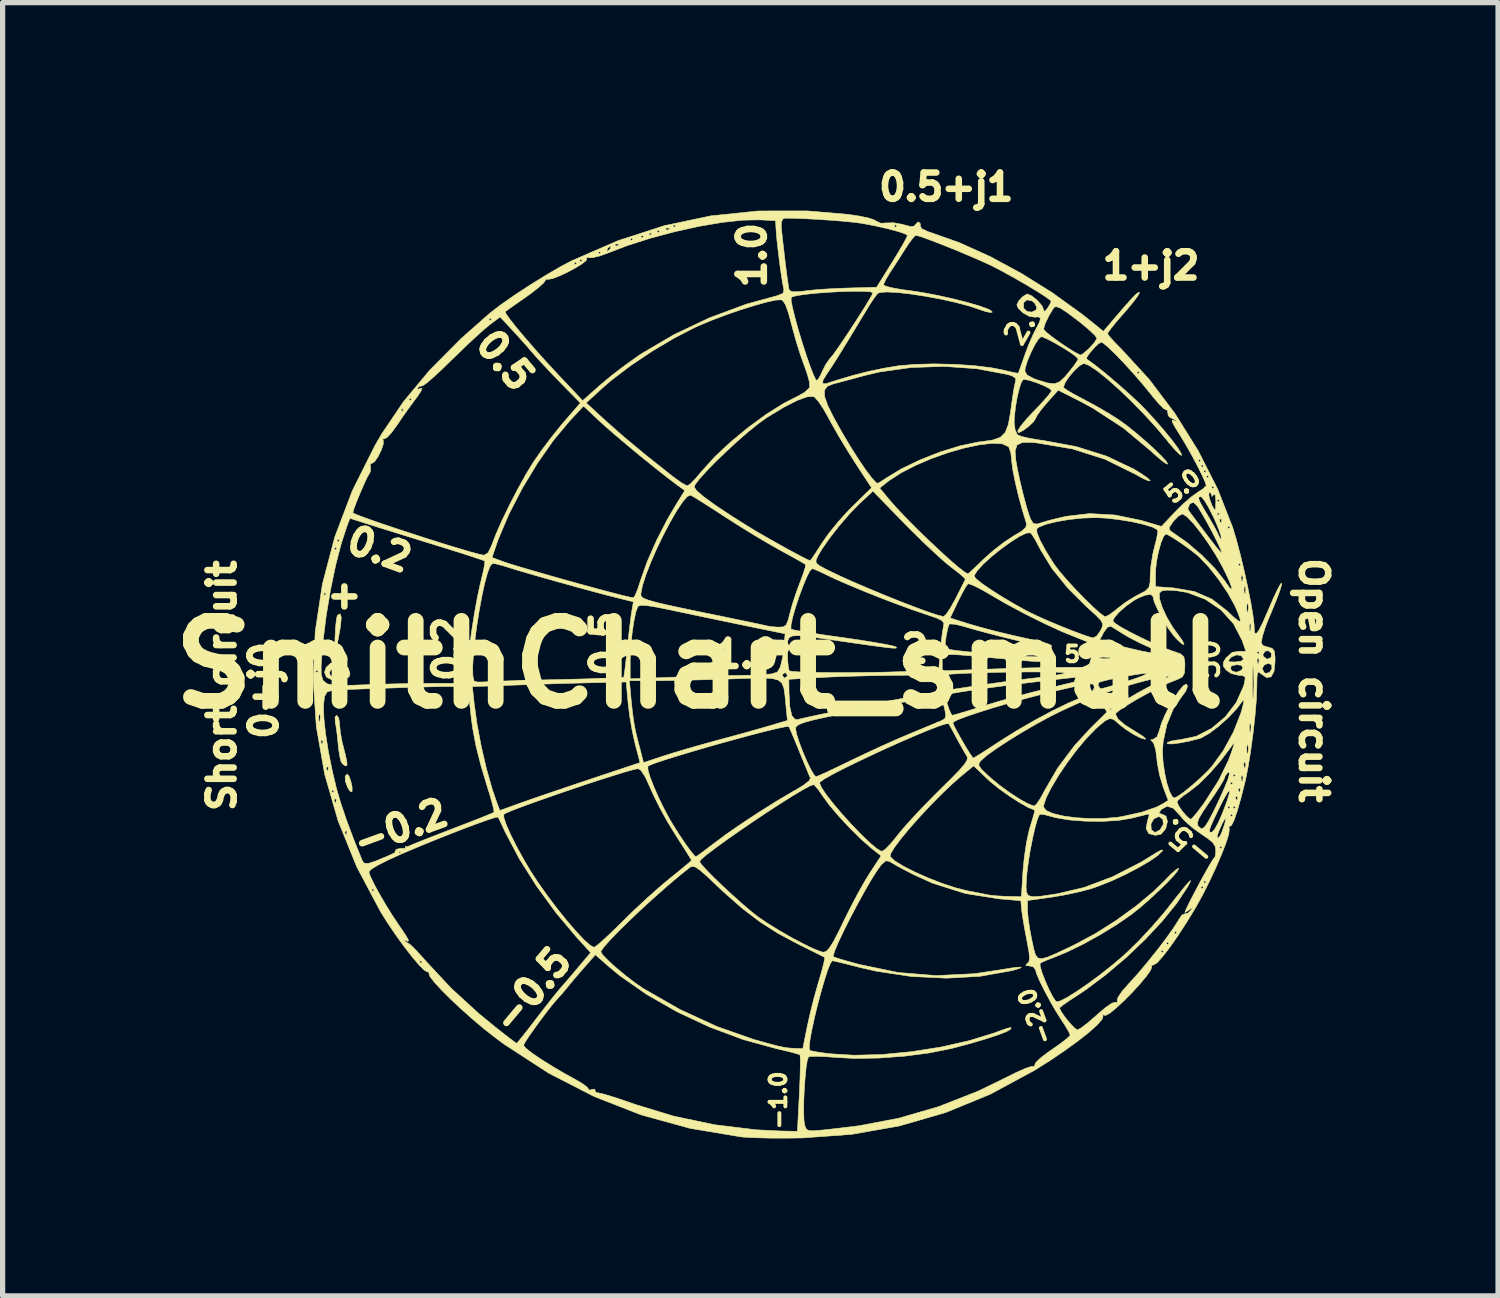
<source format=kicad_pcb>
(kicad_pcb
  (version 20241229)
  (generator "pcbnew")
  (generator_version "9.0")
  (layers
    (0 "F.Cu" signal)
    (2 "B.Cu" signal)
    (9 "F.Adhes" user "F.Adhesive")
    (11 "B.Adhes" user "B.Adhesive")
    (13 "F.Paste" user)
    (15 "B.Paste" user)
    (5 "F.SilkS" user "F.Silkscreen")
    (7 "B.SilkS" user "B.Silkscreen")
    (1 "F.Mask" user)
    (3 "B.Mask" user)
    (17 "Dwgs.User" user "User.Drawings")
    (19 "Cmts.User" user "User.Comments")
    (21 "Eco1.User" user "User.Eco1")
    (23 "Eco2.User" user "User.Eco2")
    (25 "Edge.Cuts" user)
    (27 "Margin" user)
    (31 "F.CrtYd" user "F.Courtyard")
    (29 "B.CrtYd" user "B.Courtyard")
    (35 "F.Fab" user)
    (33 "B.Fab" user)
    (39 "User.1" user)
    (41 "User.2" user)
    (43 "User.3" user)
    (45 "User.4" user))
  (footprint "SmithChart_small"
    (layer "F.Cu")
    (at 10.276 9.612)
    (property "Reference" "SmithChart_small" (at 0 0 0) (layer "F.SilkS") (effects (font (size 1.524 1.524) (thickness 0.3))))
    (attr through_hole)
    (fp_poly (pts (xy -6.825 -0.897) (xy -6.839 -0.733) (xy -6.876 -0.524) (xy -6.956 -0.127) (xy -6.944 -0.517) (xy -6.934 -0.708) (xy -6.918 -0.858) (xy -6.899 -0.94) (xy -6.895 -0.945) (xy -6.843 -0.967) (xy -6.825 -0.897)) (stroke (width 0.01) (type solid)) (fill yes) (layer "F.SilkS"))
    (fp_poly (pts (xy -6.676 2.126) (xy -6.641 2.226) (xy -6.618 2.337) (xy -6.619 2.416) (xy -6.625 2.425) (xy -6.662 2.405) (xy -6.701 2.344) (xy -6.747 2.222) (xy -6.751 2.124) (xy -6.712 2.083) (xy -6.712 2.083) (xy -6.676 2.126)) (stroke (width 0.01) (type solid)) (fill yes) (layer "F.SilkS"))
    (fp_poly (pts (xy -6.875 1.01) (xy -6.857 1.118) (xy -6.857 1.13) (xy -6.842 1.292) (xy -6.809 1.474) (xy -6.802 1.499) (xy -6.749 1.706) (xy -6.721 1.834) (xy -6.714 1.901) (xy -6.726 1.927) (xy -6.745 1.93) (xy -6.804 1.889) (xy -6.831 1.841) (xy -6.855 1.74) (xy -6.878 1.583) (xy -6.886 1.499) (xy -6.905 1.317) (xy -6.928 1.155) (xy -6.938 1.105) (xy -6.944 0.999) (xy -6.913 0.965) (xy -6.875 1.01)) (stroke (width 0.01) (type solid)) (fill yes) (layer "F.SilkS"))
    (fp_poly (pts (xy -6.785 -0.013) (xy -6.693 0.063) (xy -6.659 0.168) (xy -6.671 0.222) (xy -6.741 0.281) (xy -6.864 0.304) (xy -6.998 0.292) (xy -7.1 0.242) (xy -7.109 0.232) (xy -7.144 0.144) (xy -7.144 0.143) (xy -7.051 0.143) (xy -7.034 0.206) (xy -6.959 0.247) (xy -6.858 0.232) (xy -6.78 0.174) (xy -6.766 0.14) (xy -6.781 0.071) (xy -6.874 0.051) (xy -6.877 0.051) (xy -7 0.077) (xy -7.051 0.143) (xy -7.144 0.143) (xy -7.112 0.051) (xy -7.024 -0.03) (xy -6.905 -0.047) (xy -6.785 -0.013)) (stroke (width 0.01) (type solid)) (fill yes) (layer "F.SilkS"))
    (fp_poly (pts (xy 2.831 -8.578) (xy 3.05 -8.545) (xy 3.226 -8.507) (xy 3.336 -8.469) (xy 3.356 -8.454) (xy 3.454 -8.409) (xy 3.556 -8.415) (xy 3.7 -8.418) (xy 3.868 -8.387) (xy 3.892 -8.38) (xy 4.027 -8.345) (xy 4.093 -8.356) (xy 4.104 -8.375) (xy 4.158 -8.43) (xy 4.175 -8.433) (xy 4.208 -8.397) (xy 4.202 -8.366) (xy 4.23 -8.307) (xy 4.358 -8.247) (xy 4.409 -8.231) (xy 4.955 -8.038) (xy 5.538 -7.774) (xy 6.134 -7.452) (xy 6.721 -7.085) (xy 7.277 -6.684) (xy 7.391 -6.594) (xy 7.694 -6.35) (xy 7.899 -6.591) (xy 8.094 -6.818) (xy 8.233 -6.974) (xy 8.322 -7.064) (xy 8.369 -7.096) (xy 8.381 -7.085) (xy 8.349 -7.025) (xy 8.265 -6.912) (xy 8.142 -6.763) (xy 8.077 -6.689) (xy 7.942 -6.533) (xy 7.838 -6.405) (xy 7.78 -6.324) (xy 7.772 -6.308) (xy 7.806 -6.256) (xy 7.895 -6.156) (xy 8.021 -6.028) (xy 8.031 -6.018) (xy 8.564 -5.438) (xy 9.058 -4.783) (xy 9.498 -4.078) (xy 9.87 -3.346) (xy 10.156 -2.616) (xy 10.226 -2.383) (xy 10.301 -2.1) (xy 10.375 -1.792) (xy 10.443 -1.48) (xy 10.501 -1.189) (xy 10.543 -0.94) (xy 10.565 -0.759) (xy 10.566 -0.715) (xy 10.574 -0.612) (xy 10.6 -0.586) (xy 10.648 -0.642) (xy 10.722 -0.783) (xy 10.824 -1.015) (xy 10.846 -1.067) (xy 10.932 -1.266) (xy 11.009 -1.428) (xy 11.064 -1.53) (xy 11.083 -1.555) (xy 11.09 -1.528) (xy 11.058 -1.419) (xy 10.992 -1.241) (xy 10.895 -1.003) (xy 10.842 -0.879) (xy 10.776 -0.709) (xy 10.725 -0.546) (xy 10.72 -0.526) (xy 10.702 -0.414) (xy 10.736 -0.362) (xy 10.823 -0.337) (xy 10.908 -0.311) (xy 10.95 -0.259) (xy 10.963 -0.149) (xy 10.964 -0.066) (xy 10.945 0.125) (xy 10.889 0.231) (xy 10.802 0.246) (xy 10.697 0.174) (xy 10.654 0.14) (xy 10.63 0.158) (xy 10.619 0.245) (xy 10.617 0.416) (xy 10.617 0.417) (xy 10.608 0.662) (xy 10.582 0.972) (xy 10.544 1.316) (xy 10.497 1.661) (xy 10.446 1.973) (xy 10.398 2.21) (xy 10.316 2.534) (xy 10.243 2.79) (xy 10.181 2.969) (xy 10.133 3.063) (xy 10.11 3.074) (xy 10.086 3.091) (xy 10.092 3.141) (xy 10.082 3.23) (xy 10.032 3.389) (xy 9.95 3.601) (xy 9.845 3.847) (xy 9.724 4.107) (xy 9.596 4.364) (xy 9.468 4.598) (xy 9.443 4.641) (xy 9.275 4.916) (xy 9.109 5.17) (xy 8.955 5.39) (xy 8.821 5.563) (xy 8.719 5.677) (xy 8.656 5.717) (xy 8.651 5.717) (xy 8.61 5.731) (xy 8.615 5.758) (xy 8.593 5.822) (xy 8.513 5.935) (xy 8.392 6.08) (xy 8.246 6.24) (xy 8.091 6.397) (xy 7.944 6.534) (xy 7.821 6.635) (xy 7.74 6.681) (xy 7.722 6.68) (xy 7.679 6.667) (xy 7.688 6.692) (xy 7.67 6.755) (xy 7.576 6.862) (xy 7.418 7.004) (xy 7.207 7.171) (xy 6.954 7.354) (xy 6.67 7.546) (xy 6.372 7.733) (xy 5.541 8.182) (xy 4.689 8.532) (xy 3.809 8.787) (xy 2.896 8.948) (xy 1.956 9.016) (xy 1.645 9.02) (xy 1.338 9.019) (xy 1.064 9.012) (xy 0.851 9.001) (xy 0.787 8.995) (xy -0.18 8.833) (xy -1.111 8.577) (xy -2.009 8.226) (xy -2.876 7.78) (xy -3.688 7.252) (xy -3.353 7.252) (xy -3.311 7.305) (xy -3.196 7.396) (xy -3.025 7.513) (xy -2.814 7.645) (xy -2.581 7.783) (xy -2.404 7.88) (xy -2.252 7.967) (xy -2.149 8.041) (xy -2.114 8.085) (xy -2.114 8.087) (xy -2.098 8.105) (xy -2.052 8.093) (xy -1.993 8.086) (xy -1.993 8.107) (xy -1.975 8.146) (xy -1.913 8.161) (xy -1.824 8.181) (xy -1.662 8.229) (xy -1.452 8.298) (xy -1.226 8.377) (xy -0.494 8.6) (xy 0.286 8.764) (xy 1.073 8.86) (xy 1.53 8.883) (xy 1.865 8.89) (xy 1.884 8.517) (xy 1.984 8.517) (xy 1.99 8.68) (xy 2.001 8.758) (xy 2.024 8.832) (xy 2.064 8.87) (xy 2.147 8.88) (xy 2.298 8.869) (xy 2.351 8.864) (xy 2.572 8.84) (xy 2.832 8.809) (xy 3.048 8.782) (xy 3.795 8.64) (xy 4.559 8.418) (xy 5.31 8.123) (xy 5.832 7.869) (xy 6.032 7.769) (xy 6.202 7.694) (xy 6.32 7.654) (xy 6.361 7.652) (xy 6.393 7.655) (xy 6.383 7.632) (xy 6.406 7.579) (xy 6.502 7.487) (xy 6.656 7.371) (xy 6.705 7.338) (xy 6.867 7.224) (xy 6.991 7.129) (xy 7.056 7.068) (xy 7.061 7.057) (xy 7.035 6.995) (xy 6.967 6.879) (xy 6.904 6.783) (xy 6.791 6.605) (xy 6.674 6.401) (xy 6.564 6.196) (xy 6.474 6.013) (xy 6.416 5.875) (xy 6.401 5.813) (xy 6.358 5.755) (xy 6.287 5.74) (xy 6.214 5.73) (xy 6.235 5.699) (xy 6.243 5.694) (xy 6.276 5.658) (xy 6.286 5.59) (xy 6.275 5.47) (xy 6.24 5.276) (xy 6.23 5.225) (xy 6.189 5.008) (xy 6.156 4.812) (xy 6.136 4.671) (xy 6.134 4.648) (xy 6.121 4.496) (xy 5.704 4.461) (xy 5.063 4.359) (xy 4.439 4.162) (xy 4.089 4.004) (xy 3.9 3.906) (xy 3.742 3.821) (xy 3.64 3.761) (xy 3.62 3.747) (xy 3.55 3.736) (xy 3.462 3.812) (xy 3.458 3.817) (xy 3.372 3.937) (xy 3.261 4.114) (xy 3.136 4.332) (xy 3.004 4.572) (xy 2.874 4.819) (xy 2.755 5.055) (xy 2.655 5.265) (xy 2.583 5.431) (xy 2.549 5.536) (xy 2.55 5.564) (xy 2.605 5.585) (xy 2.735 5.625) (xy 2.92 5.677) (xy 3.045 5.711) (xy 3.781 5.864) (xy 4.506 5.923) (xy 5.238 5.887) (xy 5.737 5.812) (xy 5.941 5.778) (xy 6.074 5.762) (xy 6.13 5.764) (xy 6.102 5.784) (xy 5.983 5.82) (xy 5.933 5.832) (xy 5.342 5.937) (xy 4.701 5.972) (xy 4.034 5.94) (xy 3.367 5.839) (xy 3.048 5.766) (xy 2.839 5.712) (xy 2.668 5.67) (xy 2.559 5.645) (xy 2.531 5.64) (xy 2.495 5.686) (xy 2.444 5.811) (xy 2.383 5.998) (xy 2.317 6.225) (xy 2.251 6.473) (xy 2.19 6.723) (xy 2.14 6.955) (xy 2.104 7.15) (xy 2.089 7.287) (xy 2.097 7.346) (xy 2.155 7.363) (xy 2.286 7.386) (xy 2.462 7.41) (xy 2.469 7.411) (xy 2.94 7.44) (xy 3.472 7.427) (xy 4.036 7.373) (xy 4.602 7.284) (xy 5.141 7.162) (xy 5.623 7.013) (xy 5.703 6.983) (xy 5.863 6.926) (xy 5.937 6.912) (xy 5.927 6.942) (xy 5.916 6.953) (xy 5.835 6.996) (xy 5.673 7.057) (xy 5.45 7.13) (xy 5.183 7.209) (xy 4.892 7.288) (xy 4.794 7.313) (xy 4.376 7.397) (xy 3.903 7.458) (xy 3.414 7.494) (xy 2.951 7.501) (xy 2.627 7.484) (xy 2.41 7.468) (xy 2.229 7.461) (xy 2.11 7.464) (xy 2.078 7.471) (xy 2.054 7.532) (xy 2.031 7.671) (xy 2.012 7.864) (xy 1.996 8.085) (xy 1.986 8.311) (xy 1.984 8.517) (xy 1.884 8.517) (xy 1.902 8.174) (xy 1.913 7.915) (xy 1.919 7.694) (xy 1.921 7.531) (xy 1.916 7.443) (xy 1.913 7.433) (xy 1.855 7.412) (xy 1.723 7.376) (xy 1.54 7.332) (xy 1.465 7.315) (xy 0.834 7.142) (xy 0.195 6.904) (xy -0.427 6.613) (xy -1.008 6.281) (xy -1.524 5.92) (xy -1.741 5.74) (xy -1.984 5.526) (xy -2.199 5.77) (xy -2.331 5.922) (xy -2.451 6.064) (xy -2.515 6.143) (xy -2.612 6.261) (xy -2.694 6.351) (xy -2.775 6.443) (xy -2.886 6.582) (xy -3.012 6.748) (xy -3.137 6.919) (xy -3.246 7.074) (xy -3.323 7.192) (xy -3.353 7.252) (xy -3.353 7.252) (xy -3.688 7.252) (xy -3.714 7.236) (xy -3.886 7.109) (xy -4.098 6.943) (xy -4.32 6.756) (xy -4.539 6.561) (xy -4.744 6.369) (xy -4.92 6.193) (xy -5.055 6.045) (xy -5.136 5.939) (xy -5.153 5.887) (xy -5.161 5.852) (xy -5.183 5.853) (xy -5.243 5.821) (xy -5.345 5.718) (xy -5.391 5.664) (xy -5.334 5.664) (xy -5.309 5.69) (xy -5.283 5.664) (xy -5.309 5.639) (xy -5.334 5.664) (xy -5.391 5.664) (xy -5.479 5.56) (xy -5.633 5.362) (xy -5.794 5.139) (xy -5.951 4.906) (xy -6.078 4.703) (xy -6.296 4.293) (xy -6.248 4.293) (xy -6.223 4.318) (xy -6.198 4.293) (xy -6.223 4.267) (xy -6.248 4.293) (xy -6.296 4.293) (xy -6.479 3.947) (xy -6.299 3.947) (xy -6.273 4.029) (xy -6.203 4.174) (xy -6.101 4.362) (xy -5.978 4.572) (xy -5.847 4.784) (xy -5.719 4.975) (xy -5.708 4.991) (xy -5.597 5.153) (xy -5.546 5.245) (xy -5.552 5.273) (xy -5.601 5.253) (xy -5.636 5.243) (xy -5.622 5.262) (xy -5.556 5.306) (xy -5.543 5.309) (xy -5.496 5.345) (xy -5.4 5.441) (xy -5.271 5.581) (xy -5.198 5.664) (xy -4.728 6.167) (xy -4.205 6.646) (xy -3.896 6.899) (xy -3.727 7.032) (xy -3.591 7.137) (xy -3.505 7.2) (xy -3.484 7.214) (xy -3.449 7.176) (xy -3.366 7.073) (xy -3.246 6.921) (xy -3.11 6.744) (xy -2.958 6.546) (xy -2.821 6.371) (xy -2.713 6.237) (xy -2.658 6.171) (xy -2.58 6.082) (xy -2.461 5.944) (xy -2.327 5.786) (xy -2.32 5.777) (xy -2.074 5.485) (xy -2.087 5.471) (xy -1.88 5.471) (xy -1.842 5.532) (xy -1.741 5.636) (xy -1.595 5.768) (xy -1.425 5.91) (xy -1.248 6.047) (xy -1.083 6.162) (xy -1.062 6.175) (xy -0.374 6.568) (xy 0.334 6.894) (xy 1.032 7.139) (xy 1.092 7.156) (xy 1.329 7.222) (xy 1.493 7.265) (xy 1.61 7.29) (xy 1.705 7.303) (xy 1.802 7.309) (xy 1.809 7.309) (xy 1.967 7.315) (xy 2.051 6.896) (xy 2.109 6.637) (xy 2.184 6.34) (xy 2.261 6.065) (xy 2.271 6.033) (xy 2.328 5.838) (xy 2.368 5.683) (xy 2.386 5.591) (xy 2.384 5.576) (xy 2.332 5.549) (xy 2.209 5.487) (xy 2.034 5.4) (xy 1.865 5.316) (xy 1.488 5.114) (xy 1.146 4.895) (xy 0.81 4.639) (xy 0.454 4.326) (xy 0.318 4.197) (xy 0.135 4.024) (xy 0.008 3.914) (xy -0.077 3.856) (xy -0.136 3.841) (xy -0.182 3.86) (xy -0.19 3.866) (xy -0.399 4.033) (xy -0.63 4.23) (xy -0.873 4.445) (xy -1.115 4.666) (xy -1.343 4.882) (xy -1.546 5.081) (xy -1.71 5.252) (xy -1.825 5.382) (xy -1.878 5.461) (xy -1.88 5.471) (xy -2.087 5.471) (xy -2.339 5.195) (xy -2.733 4.727) (xy -3.106 4.215) (xy -3.437 3.691) (xy -3.704 3.184) (xy -3.732 3.124) (xy -3.791 2.997) (xy -3.831 2.915) (xy -3.833 2.913) (xy -3.728 2.913) (xy -3.683 3.047) (xy -3.599 3.237) (xy -3.484 3.466) (xy -3.344 3.72) (xy -3.231 3.912) (xy -3.079 4.146) (xy -2.904 4.394) (xy -2.717 4.642) (xy -2.529 4.875) (xy -2.353 5.08) (xy -2.199 5.243) (xy -2.08 5.349) (xy -2.01 5.385) (xy -1.955 5.35) (xy -1.845 5.256) (xy -1.694 5.116) (xy -1.517 4.943) (xy -1.472 4.898) (xy -1.245 4.676) (xy -0.994 4.443) (xy -0.752 4.228) (xy -0.572 4.077) (xy -0.4 3.939) (xy -0.262 3.825) (xy -0.175 3.751) (xy -0.174 3.75) (xy 0 3.75) (xy 0.036 3.806) (xy 0.133 3.913) (xy 0.275 4.057) (xy 0.447 4.223) (xy 0.634 4.395) (xy 0.818 4.56) (xy 0.986 4.703) (xy 1.113 4.803) (xy 1.297 4.928) (xy 1.515 5.062) (xy 1.745 5.195) (xy 1.968 5.313) (xy 2.162 5.408) (xy 2.305 5.465) (xy 2.362 5.478) (xy 2.415 5.461) (xy 2.475 5.397) (xy 2.552 5.274) (xy 2.654 5.078) (xy 2.743 4.894) (xy 2.873 4.631) (xy 3.013 4.365) (xy 3.146 4.129) (xy 3.24 3.975) (xy 3.449 3.656) (xy 3.631 3.656) (xy 3.719 3.738) (xy 3.883 3.839) (xy 4.102 3.95) (xy 4.354 4.062) (xy 4.618 4.165) (xy 4.874 4.25) (xy 5.099 4.307) (xy 5.105 4.308) (xy 5.287 4.343) (xy 5.439 4.373) (xy 5.512 4.387) (xy 5.621 4.401) (xy 5.785 4.411) (xy 5.873 4.414) (xy 6.132 4.42) (xy 6.145 4.207) (xy 6.221 4.207) (xy 6.225 4.328) (xy 6.26 4.396) (xy 6.343 4.421) (xy 6.488 4.413) (xy 6.713 4.38) (xy 6.823 4.363) (xy 7.332 4.243) (xy 7.868 4.04) (xy 8.412 3.762) (xy 8.71 3.578) (xy 8.797 3.531) (xy 8.825 3.534) (xy 8.82 3.545) (xy 8.732 3.633) (xy 8.569 3.746) (xy 8.353 3.872) (xy 8.103 4.001) (xy 7.842 4.122) (xy 7.588 4.223) (xy 7.464 4.266) (xy 7.251 4.323) (xy 6.989 4.38) (xy 6.729 4.426) (xy 6.693 4.431) (xy 6.248 4.493) (xy 6.248 4.683) (xy 6.26 4.829) (xy 6.289 5.03) (xy 6.33 5.246) (xy 6.333 5.257) (xy 6.367 5.416) (xy 6.399 5.526) (xy 6.443 5.587) (xy 6.515 5.603) (xy 6.63 5.572) (xy 6.803 5.498) (xy 7.048 5.382) (xy 7.156 5.33) (xy 7.54 5.124) (xy 7.938 4.872) (xy 8.32 4.595) (xy 8.657 4.313) (xy 8.858 4.117) (xy 8.981 3.991) (xy 9.077 3.906) (xy 9.126 3.877) (xy 9.127 3.878) (xy 9.109 3.926) (xy 9.028 4.025) (xy 8.9 4.159) (xy 8.74 4.315) (xy 8.564 4.478) (xy 8.386 4.632) (xy 8.225 4.76) (xy 7.955 4.947) (xy 7.64 5.14) (xy 7.311 5.322) (xy 7.002 5.473) (xy 6.782 5.564) (xy 6.631 5.622) (xy 6.521 5.67) (xy 6.488 5.69) (xy 6.489 5.748) (xy 6.525 5.868) (xy 6.584 6.022) (xy 6.655 6.182) (xy 6.725 6.319) (xy 6.783 6.407) (xy 6.798 6.421) (xy 6.866 6.409) (xy 6.997 6.343) (xy 7.174 6.233) (xy 7.383 6.09) (xy 7.609 5.924) (xy 7.835 5.747) (xy 8.047 5.569) (xy 8.156 5.47) (xy 8.374 5.256) (xy 8.607 5.006) (xy 8.818 4.763) (xy 8.893 4.671) (xy 9.088 4.423) (xy 9.226 4.25) (xy 9.313 4.148) (xy 9.352 4.111) (xy 9.35 4.133) (xy 9.31 4.21) (xy 9.292 4.242) (xy 9.089 4.548) (xy 8.815 4.885) (xy 8.487 5.236) (xy 8.123 5.583) (xy 7.74 5.907) (xy 7.358 6.193) (xy 7.201 6.298) (xy 7.041 6.402) (xy 6.921 6.486) (xy 6.861 6.534) (xy 6.858 6.539) (xy 6.888 6.607) (xy 6.962 6.714) (xy 7.055 6.828) (xy 7.142 6.92) (xy 7.198 6.959) (xy 7.198 6.959) (xy 7.261 6.926) (xy 7.376 6.84) (xy 7.52 6.717) (xy 7.565 6.676) (xy 7.73 6.535) (xy 7.855 6.449) (xy 7.928 6.428) (xy 7.931 6.43) (xy 7.967 6.438) (xy 7.955 6.408) (xy 7.969 6.342) (xy 8.048 6.224) (xy 8.181 6.073) (xy 8.343 5.894) (xy 8.526 5.677) (xy 8.699 5.461) (xy 8.788 5.461) (xy 8.814 5.486) (xy 8.839 5.461) (xy 8.814 5.436) (xy 8.788 5.461) (xy 8.699 5.461) (xy 8.712 5.446) (xy 8.817 5.309) (xy 8.89 5.309) (xy 8.915 5.334) (xy 8.941 5.309) (xy 8.915 5.283) (xy 8.89 5.309) (xy 8.817 5.309) (xy 8.884 5.221) (xy 8.966 5.105) (xy 9.042 5.105) (xy 9.068 5.131) (xy 9.093 5.105) (xy 9.068 5.08) (xy 9.042 5.105) (xy 8.966 5.105) (xy 9.024 5.025) (xy 9.117 4.879) (xy 9.126 4.862) (xy 9.188 4.772) (xy 9.24 4.746) (xy 9.242 4.748) (xy 9.303 4.734) (xy 9.354 4.686) (xy 9.398 4.626) (xy 9.371 4.639) (xy 9.335 4.667) (xy 9.266 4.714) (xy 9.246 4.718) (xy 9.269 4.659) (xy 9.328 4.537) (xy 9.412 4.374) (xy 9.482 4.242) (xy 9.55 4.242) (xy 9.576 4.267) (xy 9.601 4.242) (xy 9.576 4.216) (xy 9.55 4.242) (xy 9.482 4.242) (xy 9.509 4.19) (xy 9.536 4.14) (xy 9.601 4.14) (xy 9.627 4.166) (xy 9.652 4.14) (xy 9.627 4.115) (xy 9.601 4.14) (xy 9.536 4.14) (xy 9.608 4.008) (xy 9.698 3.848) (xy 9.768 3.731) (xy 9.805 3.678) (xy 9.807 3.677) (xy 9.825 3.65) (xy 9.835 3.554) (xy 9.835 3.553) (xy 9.827 3.48) (xy 9.906 3.48) (xy 9.931 3.505) (xy 9.957 3.48) (xy 9.931 3.454) (xy 9.906 3.48) (xy 9.827 3.48) (xy 9.825 3.464) (xy 9.776 3.387) (xy 9.669 3.3) (xy 9.624 3.27) (xy 9.86 3.27) (xy 9.874 3.301) (xy 9.882 3.302) (xy 9.918 3.261) (xy 9.951 3.188) (xy 10.003 3.036) (xy 10.025 2.945) (xy 10.016 2.927) (xy 9.976 2.991) (xy 9.96 3.023) (xy 9.888 3.183) (xy 9.86 3.27) (xy 9.624 3.27) (xy 9.555 3.224) (xy 9.468 3.162) (xy 9.712 3.162) (xy 9.722 3.193) (xy 9.763 3.189) (xy 9.766 3.188) (xy 9.815 3.133) (xy 9.883 3.008) (xy 9.944 2.87) (xy 10.109 2.87) (xy 10.135 2.896) (xy 10.16 2.87) (xy 10.135 2.845) (xy 10.109 2.87) (xy 9.944 2.87) (xy 9.958 2.839) (xy 9.967 2.815) (xy 10.004 2.718) (xy 10.058 2.718) (xy 10.084 2.743) (xy 10.109 2.718) (xy 10.16 2.718) (xy 10.185 2.743) (xy 10.211 2.718) (xy 10.185 2.692) (xy 10.16 2.718) (xy 10.109 2.718) (xy 10.084 2.692) (xy 10.058 2.718) (xy 10.004 2.718) (xy 10.052 2.589) (xy 10.066 2.54) (xy 10.211 2.54) (xy 10.229 2.582) (xy 10.245 2.574) (xy 10.251 2.514) (xy 10.245 2.506) (xy 10.214 2.513) (xy 10.211 2.54) (xy 10.066 2.54) (xy 10.094 2.449) (xy 10.096 2.396) (xy 10.059 2.434) (xy 9.984 2.564) (xy 9.906 2.718) (xy 9.8 2.938) (xy 9.737 3.081) (xy 9.712 3.162) (xy 9.468 3.162) (xy 9.383 3.1) (xy 9.28 3.007) (xy 9.486 3.007) (xy 9.493 3.063) (xy 9.506 3.081) (xy 9.563 3.13) (xy 9.616 3.098) (xy 9.642 3.065) (xy 9.698 2.975) (xy 9.779 2.822) (xy 9.868 2.639) (xy 9.879 2.616) (xy 9.982 2.388) (xy 10.262 2.388) (xy 10.28 2.429) (xy 10.295 2.421) (xy 10.302 2.361) (xy 10.295 2.354) (xy 10.265 2.361) (xy 10.262 2.388) (xy 9.982 2.388) (xy 9.998 2.352) (xy 10.035 2.261) (xy 10.109 2.261) (xy 10.135 2.286) (xy 10.16 2.261) (xy 10.135 2.235) (xy 10.109 2.261) (xy 10.035 2.261) (xy 10.071 2.172) (xy 10.075 2.155) (xy 10.316 2.155) (xy 10.326 2.221) (xy 10.343 2.221) (xy 10.355 2.153) (xy 10.347 2.124) (xy 10.325 2.105) (xy 10.316 2.155) (xy 10.075 2.155) (xy 10.087 2.108) (xy 10.16 2.108) (xy 10.185 2.134) (xy 10.211 2.108) (xy 10.185 2.083) (xy 10.16 2.108) (xy 10.087 2.108) (xy 10.097 2.072) (xy 10.078 2.047) (xy 10.064 2.054) (xy 10.011 2.123) (xy 10.008 2.143) (xy 9.98 2.205) (xy 9.906 2.329) (xy 9.798 2.494) (xy 9.725 2.6) (xy 9.593 2.793) (xy 9.516 2.923) (xy 9.486 3.007) (xy 9.28 3.007) (xy 9.231 2.963) (xy 9.149 2.867) (xy 9.025 2.734) (xy 8.906 2.697) (xy 8.797 2.758) (xy 8.788 2.769) (xy 8.752 2.829) (xy 8.796 2.845) (xy 8.802 2.845) (xy 8.886 2.885) (xy 8.914 2.988) (xy 8.88 3.125) (xy 8.794 3.228) (xy 8.684 3.251) (xy 8.557 3.217) (xy 8.507 3.12) (xy 8.523 3.035) (xy 8.599 3.035) (xy 8.605 3.139) (xy 8.61 3.149) (xy 8.678 3.198) (xy 8.767 3.15) (xy 8.778 3.139) (xy 8.835 3.04) (xy 8.827 2.947) (xy 8.76 2.897) (xy 8.741 2.896) (xy 8.653 2.938) (xy 8.599 3.035) (xy 8.523 3.035) (xy 8.535 2.971) (xy 8.563 2.879) (xy 8.563 2.845) (xy 8.507 2.856) (xy 8.381 2.887) (xy 8.221 2.927) (xy 7.979 2.967) (xy 7.679 2.985) (xy 7.355 2.982) (xy 7.044 2.958) (xy 6.781 2.914) (xy 6.693 2.89) (xy 6.566 2.856) (xy 6.486 2.849) (xy 6.477 2.853) (xy 6.441 2.929) (xy 6.397 3.081) (xy 6.35 3.284) (xy 6.304 3.513) (xy 6.266 3.744) (xy 6.239 3.952) (xy 6.233 4.026) (xy 6.221 4.207) (xy 6.145 4.207) (xy 6.162 3.924) (xy 6.188 3.662) (xy 6.228 3.393) (xy 6.277 3.164) (xy 6.295 3.101) (xy 6.345 2.937) (xy 6.378 2.819) (xy 6.387 2.771) (xy 6.386 2.771) (xy 6.264 2.721) (xy 6.244 2.71) (xy 6.553 2.71) (xy 6.601 2.777) (xy 6.731 2.835) (xy 6.925 2.882) (xy 7.164 2.915) (xy 7.429 2.931) (xy 7.702 2.929) (xy 7.964 2.907) (xy 8.055 2.892) (xy 8.426 2.81) (xy 8.708 2.712) (xy 8.821 2.653) (xy 8.881 2.616) (xy 9.096 2.616) (xy 9.125 2.686) (xy 9.195 2.788) (xy 9.278 2.885) (xy 9.345 2.942) (xy 9.357 2.945) (xy 9.402 2.907) (xy 9.486 2.806) (xy 9.595 2.661) (xy 9.618 2.629) (xy 9.887 2.209) (xy 10.038 1.901) (xy 10.367 1.901) (xy 10.377 1.967) (xy 10.394 1.967) (xy 10.406 1.899) (xy 10.398 1.87) (xy 10.375 1.851) (xy 10.367 1.901) (xy 10.038 1.901) (xy 10.078 1.817) (xy 10.138 1.656) (xy 10.156 1.6) (xy 10.424 1.6) (xy 10.429 1.687) (xy 10.445 1.695) (xy 10.447 1.69) (xy 10.457 1.589) (xy 10.449 1.538) (xy 10.433 1.517) (xy 10.424 1.584) (xy 10.424 1.6) (xy 10.156 1.6) (xy 10.179 1.53) (xy 10.185 1.491) (xy 10.153 1.527) (xy 10.12 1.574) (xy 9.928 1.828) (xy 9.718 2.069) (xy 9.514 2.272) (xy 9.337 2.413) (xy 9.327 2.42) (xy 9.198 2.51) (xy 9.114 2.585) (xy 9.096 2.616) (xy 8.881 2.616) (xy 8.929 2.587) (xy 8.829 2.322) (xy 8.765 2.108) (xy 8.72 1.874) (xy 8.711 1.783) (xy 8.689 1.617) (xy 8.652 1.499) (xy 8.627 1.467) (xy 8.592 1.432) (xy 8.642 1.423) (xy 8.715 1.375) (xy 8.757 1.262) (xy 8.8 1.116) (xy 8.871 0.95) (xy 8.958 0.779) (xy 9.053 0.619) (xy 9.144 0.486) (xy 9.222 0.397) (xy 9.276 0.368) (xy 9.296 0.413) (xy 9.296 0.413) (xy 9.264 0.503) (xy 9.191 0.602) (xy 9.027 0.839) (xy 8.903 1.14) (xy 8.832 1.47) (xy 8.82 1.647) (xy 8.83 1.848) (xy 8.86 2.059) (xy 8.903 2.258) (xy 8.955 2.419) (xy 9.009 2.519) (xy 9.042 2.54) (xy 9.113 2.507) (xy 9.235 2.421) (xy 9.385 2.298) (xy 9.543 2.159) (xy 9.686 2.019) (xy 9.764 1.934) (xy 9.978 1.637) (xy 10.169 1.287) (xy 10.206 1.194) (xy 10.475 1.194) (xy 10.48 1.281) (xy 10.496 1.288) (xy 10.498 1.284) (xy 10.508 1.183) (xy 10.5 1.131) (xy 10.484 1.111) (xy 10.475 1.178) (xy 10.475 1.194) (xy 10.206 1.194) (xy 10.31 0.931) (xy 10.33 0.864) (xy 10.365 0.724) (xy 10.369 0.665) (xy 10.348 0.686) (xy 10.232 0.841) (xy 10.068 1.013) (xy 9.883 1.178) (xy 9.702 1.314) (xy 9.552 1.397) (xy 9.525 1.407) (xy 9.327 1.457) (xy 9.145 1.492) (xy 9.001 1.51) (xy 8.917 1.507) (xy 8.906 1.489) (xy 8.97 1.458) (xy 9.097 1.435) (xy 9.153 1.43) (xy 9.462 1.365) (xy 9.755 1.214) (xy 10.016 0.994) (xy 10.225 0.721) (xy 10.363 0.412) (xy 10.382 0.343) (xy 10.384 0.33) (xy 10.534 0.33) (xy 10.536 0.514) (xy 10.54 0.624) (xy 10.546 0.65) (xy 10.553 0.599) (xy 10.561 0.396) (xy 10.557 0.17) (xy 10.553 0.091) (xy 10.552 0.077) (xy 10.719 0.077) (xy 10.759 0.153) (xy 10.782 0.166) (xy 10.856 0.15) (xy 10.905 0.078) (xy 10.898 0.002) (xy 10.835 -0.026) (xy 10.759 0.005) (xy 10.719 0.073) (xy 10.719 0.077) (xy 10.552 0.077) (xy 10.546 0.026) (xy 10.54 0.054) (xy 10.535 0.167) (xy 10.534 0.33) (xy 10.384 0.33) (xy 10.396 0.243) (xy 10.351 0.207) (xy 10.27 0.203) (xy 10.129 0.169) (xy 10.034 0.103) (xy 10.014 0.076) (xy 10.113 0.076) (xy 10.145 0.12) (xy 10.228 0.145) (xy 10.318 0.109) (xy 10.351 0.064) (xy 10.326 0.014) (xy 10.24 0) (xy 10.133 0.021) (xy 10.113 0.076) (xy 10.014 0.076) (xy 9.975 0.024) (xy 9.98 -0.045) (xy 9.999 -0.077) (xy 10.072 -0.077) (xy 10.098 -0.055) (xy 10.2 -0.051) (xy 10.312 -0.065) (xy 10.334 -0.08) (xy 10.621 -0.08) (xy 10.631 -0.015) (xy 10.648 -0.014) (xy 10.66 -0.082) (xy 10.652 -0.111) (xy 10.629 -0.13) (xy 10.621 -0.08) (xy 10.334 -0.08) (xy 10.363 -0.1) (xy 10.363 -0.103) (xy 10.324 -0.169) (xy 10.235 -0.187) (xy 10.138 -0.15) (xy 10.12 -0.134) (xy 10.072 -0.077) (xy 9.999 -0.077) (xy 10.027 -0.126) (xy 10.1 -0.191) (xy 10.732 -0.191) (xy 10.741 -0.158) (xy 10.813 -0.104) (xy 10.884 -0.134) (xy 10.89 -0.142) (xy 10.894 -0.218) (xy 10.837 -0.266) (xy 10.774 -0.257) (xy 10.732 -0.191) (xy 10.1 -0.191) (xy 10.141 -0.229) (xy 10.617 -0.229) (xy 10.643 -0.203) (xy 10.668 -0.229) (xy 10.643 -0.254) (xy 10.617 -0.229) (xy 10.141 -0.229) (xy 10.145 -0.232) (xy 10.261 -0.254) (xy 10.409 -0.254) (xy 10.335 -0.465) (xy 10.208 -0.711) (xy 10.473 -0.711) (xy 10.481 -0.639) (xy 10.498 -0.648) (xy 10.505 -0.752) (xy 10.498 -0.775) (xy 10.48 -0.781) (xy 10.473 -0.711) (xy 10.208 -0.711) (xy 10.173 -0.779) (xy 9.933 -1.044) (xy 9.633 -1.247) (xy 9.292 -1.375) (xy 9.085 -1.41) (xy 8.911 -1.42) (xy 8.812 -1.408) (xy 8.766 -1.37) (xy 8.76 -1.357) (xy 8.763 -1.254) (xy 8.813 -1.096) (xy 8.899 -0.91) (xy 9.009 -0.721) (xy 9.101 -0.594) (xy 9.201 -0.455) (xy 9.23 -0.386) (xy 9.195 -0.392) (xy 9.099 -0.479) (xy 9.042 -0.541) (xy 8.938 -0.68) (xy 8.829 -0.856) (xy 8.732 -1.039) (xy 8.662 -1.199) (xy 8.636 -1.303) (xy 8.597 -1.338) (xy 8.495 -1.325) (xy 8.355 -1.268) (xy 8.28 -1.227) (xy 8.131 -1.122) (xy 7.997 -1.005) (xy 7.904 -0.899) (xy 7.874 -0.833) (xy 7.917 -0.787) (xy 8.034 -0.712) (xy 8.204 -0.619) (xy 8.406 -0.517) (xy 8.62 -0.416) (xy 8.826 -0.328) (xy 9.003 -0.262) (xy 9.03 -0.254) (xy 9.163 -0.206) (xy 9.226 -0.151) (xy 9.245 -0.053) (xy 9.246 0.023) (xy 9.238 0.16) (xy 9.197 0.235) (xy 9.096 0.285) (xy 9.055 0.3) (xy 8.907 0.36) (xy 8.72 0.45) (xy 8.516 0.557) (xy 8.315 0.669) (xy 8.137 0.776) (xy 8.002 0.866) (xy 7.931 0.927) (xy 7.925 0.94) (xy 7.969 1.032) (xy 8.103 1.148) (xy 8.331 1.291) (xy 8.331 1.291) (xy 8.445 1.363) (xy 8.498 1.41) (xy 8.49 1.422) (xy 8.396 1.393) (xy 8.258 1.321) (xy 8.109 1.224) (xy 7.983 1.125) (xy 7.965 1.107) (xy 7.886 1.041) (xy 7.814 1.027) (xy 7.724 1.071) (xy 7.594 1.179) (xy 7.543 1.226) (xy 7.37 1.404) (xy 7.186 1.623) (xy 7.005 1.865) (xy 6.839 2.111) (xy 6.701 2.342) (xy 6.602 2.539) (xy 6.555 2.684) (xy 6.553 2.71) (xy 6.244 2.71) (xy 6.091 2.624) (xy 5.894 2.497) (xy 5.701 2.359) (xy 5.539 2.228) (xy 5.504 2.196) (xy 5.222 1.927) (xy 5.324 1.927) (xy 5.374 1.995) (xy 5.485 2.102) (xy 5.547 2.158) (xy 5.715 2.297) (xy 5.904 2.435) (xy 6.09 2.556) (xy 6.25 2.646) (xy 6.361 2.69) (xy 6.378 2.692) (xy 6.425 2.65) (xy 6.498 2.54) (xy 6.573 2.4) (xy 6.825 1.966) (xy 7.148 1.536) (xy 7.458 1.201) (xy 7.761 0.903) (xy 7.678 0.755) (xy 7.632 0.684) (xy 7.579 0.643) (xy 7.503 0.636) (xy 7.389 0.664) (xy 7.22 0.731) (xy 6.981 0.84) (xy 6.882 0.886) (xy 6.651 1.002) (xy 6.391 1.144) (xy 6.122 1.301) (xy 5.866 1.46) (xy 5.64 1.608) (xy 5.466 1.734) (xy 5.365 1.823) (xy 5.325 1.876) (xy 5.324 1.927) (xy 5.222 1.927) (xy 5.222 1.927) (xy 5.011 2.1) (xy 4.819 2.267) (xy 4.61 2.466) (xy 4.396 2.683) (xy 4.187 2.907) (xy 3.996 3.123) (xy 3.834 3.319) (xy 3.712 3.483) (xy 3.641 3.6) (xy 3.631 3.656) (xy 3.449 3.656) (xy 3.459 3.642) (xy 3.266 3.489) (xy 3.075 3.322) (xy 2.863 3.112) (xy 2.653 2.886) (xy 2.471 2.672) (xy 2.347 2.502) (xy 2.261 2.378) (xy 2.193 2.3) (xy 2.17 2.286) (xy 2.096 2.313) (xy 1.956 2.39) (xy 1.764 2.505) (xy 1.534 2.65) (xy 1.28 2.815) (xy 1.016 2.992) (xy 0.756 3.17) (xy 0.513 3.34) (xy 0.302 3.493) (xy 0.137 3.618) (xy 0.032 3.708) (xy 0 3.75) (xy -0.174 3.75) (xy -0.152 3.728) (xy -0.178 3.683) (xy -0.248 3.57) (xy -0.352 3.407) (xy -0.458 3.241) (xy -0.608 2.996) (xy -0.755 2.73) (xy -0.877 2.484) (xy -0.926 2.375) (xy -1.03 2.146) (xy -1.114 2.015) (xy -1.145 1.996) (xy -0.984 1.996) (xy -0.947 2.128) (xy -0.877 2.31) (xy -0.785 2.521) (xy -0.677 2.742) (xy -0.564 2.953) (xy -0.522 3.023) (xy -0.395 3.226) (xy -0.272 3.409) (xy -0.167 3.553) (xy -0.094 3.64) (xy -0.069 3.658) (xy -0.022 3.628) (xy 0.083 3.551) (xy 0.227 3.441) (xy 0.268 3.41) (xy 0.506 3.233) (xy 0.804 3.027) (xy 1.132 2.811) (xy 1.46 2.605) (xy 1.759 2.428) (xy 1.844 2.381) (xy 1.989 2.291) (xy 2.04 2.25) (xy 2.286 2.25) (xy 2.32 2.336) (xy 2.413 2.475) (xy 2.549 2.65) (xy 2.714 2.844) (xy 2.894 3.043) (xy 3.073 3.229) (xy 3.237 3.387) (xy 3.372 3.501) (xy 3.462 3.554) (xy 3.475 3.556) (xy 3.537 3.518) (xy 3.637 3.417) (xy 3.753 3.275) (xy 3.761 3.264) (xy 3.876 3.124) (xy 4.045 2.935) (xy 4.249 2.717) (xy 4.469 2.493) (xy 4.565 2.397) (xy 4.786 2.179) (xy 4.942 2.019) (xy 5.041 1.905) (xy 5.092 1.827) (xy 5.105 1.774) (xy 5.091 1.737) (xy 5.034 1.645) (xy 4.952 1.5) (xy 4.897 1.397) (xy 4.821 1.255) (xy 4.765 1.155) (xy 4.746 1.124) (xy 4.688 1.129) (xy 4.553 1.172) (xy 4.358 1.247) (xy 4.116 1.348) (xy 3.843 1.466) (xy 3.553 1.596) (xy 3.261 1.731) (xy 2.982 1.864) (xy 2.731 1.987) (xy 2.523 2.095) (xy 2.372 2.181) (xy 2.294 2.237) (xy 2.286 2.25) (xy 2.04 2.25) (xy 2.086 2.213) (xy 2.113 2.163) (xy 2.083 2.095) (xy 2.026 1.956) (xy 1.949 1.77) (xy 1.901 1.651) (xy 1.82 1.454) (xy 1.754 1.297) (xy 1.717 1.212) (xy 1.829 1.212) (xy 1.848 1.318) (xy 1.897 1.474) (xy 1.965 1.655) (xy 2.043 1.837) (xy 2.119 1.994) (xy 2.183 2.101) (xy 2.22 2.134) (xy 2.276 2.112) (xy 2.405 2.055) (xy 2.589 1.968) (xy 2.811 1.861) (xy 2.867 1.834) (xy 3.156 1.696) (xy 3.471 1.55) (xy 3.772 1.416) (xy 3.988 1.324) (xy 4.208 1.233) (xy 4.403 1.152) (xy 4.511 1.107) (xy 4.826 1.107) (xy 4.849 1.166) (xy 4.909 1.281) (xy 4.99 1.426) (xy 5.076 1.573) (xy 5.152 1.696) (xy 5.203 1.769) (xy 5.214 1.778) (xy 5.264 1.752) (xy 5.381 1.68) (xy 5.547 1.573) (xy 5.732 1.452) (xy 6.036 1.261) (xy 6.37 1.068) (xy 6.707 0.887) (xy 7.02 0.734) (xy 7.26 0.632) (xy 7.693 0.632) (xy 7.74 0.733) (xy 7.824 0.862) (xy 8.112 0.678) (xy 8.325 0.55) (xy 8.566 0.419) (xy 8.708 0.348) (xy 8.867 0.273) (xy 8.94 0.232) (xy 8.934 0.22) (xy 8.856 0.229) (xy 8.814 0.235) (xy 8.654 0.267) (xy 8.453 0.316) (xy 8.235 0.376) (xy 8.025 0.438) (xy 7.85 0.495) (xy 7.733 0.541) (xy 7.701 0.559) (xy 7.693 0.632) (xy 7.26 0.632) (xy 7.283 0.622) (xy 7.328 0.606) (xy 7.471 0.531) (xy 7.518 0.447) (xy 7.516 0.4) (xy 7.509 0.392) (xy 7.592 0.392) (xy 7.627 0.448) (xy 7.654 0.457) (xy 7.712 0.443) (xy 7.843 0.406) (xy 8.024 0.353) (xy 8.112 0.326) (xy 8.3 0.265) (xy 8.44 0.213) (xy 8.512 0.178) (xy 8.517 0.169) (xy 8.461 0.168) (xy 8.334 0.185) (xy 8.164 0.213) (xy 7.977 0.248) (xy 7.803 0.284) (xy 7.67 0.317) (xy 7.606 0.339) (xy 7.592 0.392) (xy 7.509 0.392) (xy 7.496 0.372) (xy 7.445 0.364) (xy 7.346 0.376) (xy 7.184 0.409) (xy 6.942 0.463) (xy 6.867 0.481) (xy 6.545 0.558) (xy 6.213 0.645) (xy 5.886 0.736) (xy 5.579 0.826) (xy 5.305 0.912) (xy 5.08 0.988) (xy 4.918 1.05) (xy 4.835 1.095) (xy 4.826 1.107) (xy 4.511 1.107) (xy 4.547 1.092) (xy 4.606 1.068) (xy 4.673 1.029) (xy 4.692 0.969) (xy 4.672 0.852) (xy 4.663 0.816) (xy 4.63 0.71) (xy 4.585 0.644) (xy 4.508 0.614) (xy 4.381 0.618) (xy 4.187 0.651) (xy 4.004 0.689) (xy 3.786 0.734) (xy 3.512 0.788) (xy 3.228 0.842) (xy 3.099 0.867) (xy 2.698 0.942) (xy 2.388 1.004) (xy 2.157 1.056) (xy 1.996 1.1) (xy 1.895 1.14) (xy 1.842 1.177) (xy 1.829 1.212) (xy 1.717 1.212) (xy 1.712 1.199) (xy 1.701 1.179) (xy 1.645 1.181) (xy 1.508 1.209) (xy 1.304 1.257) (xy 1.049 1.322) (xy 0.759 1.4) (xy 0.449 1.485) (xy 0.134 1.574) (xy -0.169 1.663) (xy -0.446 1.746) (xy -0.681 1.82) (xy -0.859 1.88) (xy -0.963 1.922) (xy -0.982 1.933) (xy -0.984 1.996) (xy -1.145 1.996) (xy -1.169 1.981) (xy -1.252 1.997) (xy -1.413 2.042) (xy -1.636 2.111) (xy -1.905 2.196) (xy -2.203 2.294) (xy -2.513 2.399) (xy -2.82 2.505) (xy -3.107 2.606) (xy -3.358 2.697) (xy -3.557 2.772) (xy -3.686 2.827) (xy -3.728 2.85) (xy -3.728 2.913) (xy -3.833 2.913) (xy -3.839 2.903) (xy -3.892 2.911) (xy -4.024 2.953) (xy -4.218 3.022) (xy -4.461 3.112) (xy -4.736 3.219) (xy -5.028 3.335) (xy -5.322 3.455) (xy -5.602 3.573) (xy -5.652 3.594) (xy -5.926 3.718) (xy -6.132 3.822) (xy -6.259 3.901) (xy -6.299 3.947) (xy -6.479 3.947) (xy -6.531 3.849) (xy -6.794 3.2) (xy -6.756 3.2) (xy -6.738 3.242) (xy -6.723 3.234) (xy -6.716 3.174) (xy -6.723 3.167) (xy -6.753 3.174) (xy -6.756 3.2) (xy -6.794 3.2) (xy -6.886 2.974) (xy -6.996 2.591) (xy -6.96 2.591) (xy -6.941 2.633) (xy -6.926 2.625) (xy -6.92 2.564) (xy -6.926 2.557) (xy -6.956 2.564) (xy -6.96 2.591) (xy -6.996 2.591) (xy -7.047 2.413) (xy -7.01 2.413) (xy -6.985 2.438) (xy -6.96 2.413) (xy -6.985 2.388) (xy -7.01 2.413) (xy -7.047 2.413) (xy -7.142 2.084) (xy -7.16 1.981) (xy -7.112 1.981) (xy -7.093 2.023) (xy -7.078 2.015) (xy -7.072 1.955) (xy -7.078 1.947) (xy -7.108 1.954) (xy -7.112 1.981) (xy -7.16 1.981) (xy -7.249 1.473) (xy -7.214 1.473) (xy -7.195 1.515) (xy -7.18 1.507) (xy -7.174 1.447) (xy -7.18 1.439) (xy -7.21 1.446) (xy -7.214 1.473) (xy -7.249 1.473) (xy -7.3 1.183) (xy -7.311 1.016) (xy -7.256 1.016) (xy -7.248 1.088) (xy -7.231 1.079) (xy -7.224 0.975) (xy -7.231 0.953) (xy -7.249 0.946) (xy -7.256 1.016) (xy -7.311 1.016) (xy -7.327 0.776) (xy -7.163 0.776) (xy -7.156 1.016) (xy -7.124 1.313) (xy -7.07 1.657) (xy -6.994 2.033) (xy -6.915 2.362) (xy -6.835 2.636) (xy -6.722 2.969) (xy -6.588 3.328) (xy -6.445 3.682) (xy -6.417 3.748) (xy -6.38 3.784) (xy -6.304 3.784) (xy -6.174 3.743) (xy -5.971 3.659) (xy -5.944 3.647) (xy -5.812 3.586) (xy -5.764 3.549) (xy -5.787 3.52) (xy -5.7 3.5) (xy -5.7 3.549) (xy -5.8 3.65) (xy -5.8 3.55) (xy -5.7 3.5) (xy -5.766 3.5) (xy -5.7 3.5) (xy -5.698 3.5) (xy -5.7 3.5) (xy -5.737 3.5) (xy -5.7 3.5) (xy -5.7 3.6) (xy -5.7 3.5) (xy -5.76 3.55) (xy -5.7 3.6) (xy -5.7 3.5) (xy -5.6 3.5) (xy -5.597 3.5) (xy -5.6 3.5) (xy -5.607 3.461) (xy -5.568 3.47) (xy -5.542 3.458) (xy -5.469 3.426) (xy -5.318 3.365) (xy -5.109 3.282) (xy -4.86 3.186) (xy -4.699 3.124) (xy -4.44 3.024) (xy -4.216 2.937) (xy -4.044 2.868) (xy -3.939 2.824) (xy -3.915 2.813) (xy -3.92 2.759) (xy -3.951 2.632) (xy -4.002 2.455) (xy -4.028 2.375) (xy -4.162 1.928) (xy -4.259 1.548) (xy -4.322 1.211) (xy -4.348 1.016) (xy -4.368 0.833) (xy -4.387 0.685) (xy -4.397 0.61) (xy -4.413 0.494) (xy -4.416 0.466) (xy -4.433 0.443) (xy -4.491 0.428) (xy -4.601 0.419) (xy -4.634 0.418) (xy -4.327 0.418) (xy -4.294 0.73) (xy -4.24 1.124) (xy -4.159 1.553) (xy -4.06 1.98) (xy -3.95 2.37) (xy -3.855 2.646) (xy -3.804 2.778) (xy -3.413 2.637) (xy -3.238 2.575) (xy -2.989 2.489) (xy -2.692 2.388) (xy -2.37 2.279) (xy -2.078 2.181) (xy -1.133 1.866) (xy -1.228 1.504) (xy -1.282 1.262) (xy -1.33 0.981) (xy -1.36 0.737) (xy -1.397 0.33) (xy -2.007 0.343) (xy -2.281 0.35) (xy -2.62 0.359) (xy -2.988 0.371) (xy -3.347 0.383) (xy -3.471 0.387) (xy -4.327 0.418) (xy -4.634 0.418) (xy -4.773 0.416) (xy -5.018 0.419) (xy -5.35 0.428) (xy -5.524 0.433) (xy -5.954 0.447) (xy -6.294 0.458) (xy -6.554 0.467) (xy -6.747 0.475) (xy -6.884 0.483) (xy -6.976 0.491) (xy -7.034 0.5) (xy -7.069 0.51) (xy -7.094 0.522) (xy -7.1 0.526) (xy -7.145 0.609) (xy -7.163 0.776) (xy -7.327 0.776) (xy -7.36 0.276) (xy -7.354 0.127) (xy -7.315 0.127) (xy -7.29 0.152) (xy -7.264 0.127) (xy -7.29 0.102) (xy -7.315 0.127) (xy -7.354 0.127) (xy -7.349 0.016) (xy -7.208 0.016) (xy -7.207 0.185) (xy -7.175 0.297) (xy -7.098 0.363) (xy -6.963 0.392) (xy -6.756 0.397) (xy -6.464 0.386) (xy -6.405 0.384) (xy -6.069 0.372) (xy -5.69 0.363) (xy -5.32 0.357) (xy -5.072 0.356) (xy -4.42 0.356) (xy -4.42 0.124) (xy -4.415 0.041) (xy -4.321 0.041) (xy -4.318 0.212) (xy -4.296 0.308) (xy -4.289 0.316) (xy -4.225 0.331) (xy -4.102 0.329) (xy -4.073 0.327) (xy -3.97 0.32) (xy -3.782 0.313) (xy -3.536 0.305) (xy -1.335 0.305) (xy -1.3 0.699) (xy -1.276 0.921) (xy -1.245 1.133) (xy -1.215 1.29) (xy -1.213 1.295) (xy -1.166 1.482) (xy -1.118 1.666) (xy -1.114 1.682) (xy -1.067 1.866) (xy -0.698 1.743) (xy -0.502 1.681) (xy -0.242 1.604) (xy 0.048 1.521) (xy 0.33 1.443) (xy 0.613 1.367) (xy 0.896 1.289) (xy 1.146 1.218) (xy 1.331 1.165) (xy 1.333 1.165) (xy 1.674 1.063) (xy 1.643 0.747) (xy 1.626 0.572) (xy 1.606 0.442) (xy 1.569 0.352) (xy 1.501 0.294) (xy 1.446 0.279) (xy 1.702 0.279) (xy 1.705 0.533) (xy 1.72 0.803) (xy 1.76 0.974) (xy 1.824 1.046) (xy 1.869 1.045) (xy 1.95 1.025) (xy 2.109 0.99) (xy 2.322 0.944) (xy 2.569 0.894) (xy 2.591 0.889) (xy 2.905 0.826) (xy 3.251 0.759) (xy 3.582 0.696) (xy 3.785 0.658) (xy 4.083 0.604) (xy 4.231 0.576) (xy 4.69 0.576) (xy 4.691 0.632) (xy 4.717 0.739) (xy 4.756 0.857) (xy 4.796 0.943) (xy 4.816 0.964) (xy 4.876 0.949) (xy 5.012 0.91) (xy 5.201 0.852) (xy 5.385 0.794) (xy 5.673 0.707) (xy 6.008 0.613) (xy 6.339 0.525) (xy 6.502 0.484) (xy 6.754 0.423) (xy 6.989 0.366) (xy 7.179 0.32) (xy 7.282 0.295) (xy 7.399 0.26) (xy 7.455 0.231) (xy 7.455 0.229) (xy 7.569 0.229) (xy 7.595 0.254) (xy 7.62 0.229) (xy 7.595 0.203) (xy 7.569 0.229) (xy 7.455 0.229) (xy 7.455 0.225) (xy 7.398 0.222) (xy 7.257 0.233) (xy 7.047 0.253) (xy 6.785 0.282) (xy 6.485 0.317) (xy 6.166 0.356) (xy 5.841 0.398) (xy 5.529 0.439) (xy 5.243 0.479) (xy 5.001 0.515) (xy 4.819 0.546) (xy 4.711 0.568) (xy 4.69 0.576) (xy 4.231 0.576) (xy 4.296 0.564) (xy 4.437 0.532) (xy 4.52 0.503) (xy 4.56 0.472) (xy 4.571 0.432) (xy 4.566 0.378) (xy 4.562 0.349) (xy 4.555 0.274) (xy 4.638 0.274) (xy 4.649 0.366) (xy 4.681 0.492) (xy 5.274 0.402) (xy 5.584 0.357) (xy 5.929 0.31) (xy 6.256 0.269) (xy 6.413 0.251) (xy 6.635 0.223) (xy 6.813 0.196) (xy 6.928 0.173) (xy 6.96 0.159) (xy 6.912 0.148) (xy 6.78 0.142) (xy 6.581 0.138) (xy 6.333 0.138) (xy 6.053 0.14) (xy 5.759 0.144) (xy 5.467 0.151) (xy 5.196 0.159) (xy 4.963 0.169) (xy 4.785 0.18) (xy 4.679 0.192) (xy 4.658 0.199) (xy 4.638 0.274) (xy 4.555 0.274) (xy 4.547 0.194) (xy 3.658 0.204) (xy 3.317 0.209) (xy 2.964 0.218) (xy 2.631 0.229) (xy 2.351 0.241) (xy 2.235 0.247) (xy 1.702 0.279) (xy 1.446 0.279) (xy 1.389 0.264) (xy 1.218 0.254) (xy 0.975 0.258) (xy 0.647 0.27) (xy 0.595 0.272) (xy 0.254 0.283) (xy -0.095 0.292) (xy -0.422 0.3) (xy -0.697 0.304) (xy -0.828 0.305) (xy -1.335 0.305) (xy -3.536 0.305) (xy -3.526 0.304) (xy -3.22 0.296) (xy -2.879 0.288) (xy -2.673 0.283) (xy -2.333 0.275) (xy -2.029 0.267) (xy -1.774 0.26) (xy -1.584 0.252) (xy -1.471 0.246) (xy -1.446 0.243) (xy -1.435 0.19) (xy -1.417 0.057) (xy -1.402 -0.077) (xy -1.321 -0.077) (xy -1.321 0.27) (xy -0.474 0.237) (xy -0.141 0.225) (xy 0.205 0.215) (xy 0.53 0.207) (xy 0.8 0.204) (xy 0.887 0.203) (xy 1.575 0.203) (xy 1.613 0.253) (xy 1.626 0.254) (xy 1.675 0.215) (xy 1.676 0.203) (xy 1.638 0.154) (xy 1.626 0.152) (xy 1.576 0.191) (xy 1.575 0.203) (xy 0.887 0.203) (xy 1.176 0.196) (xy 1.376 0.175) (xy 1.481 0.141) (xy 1.484 0.14) (xy 1.54 0.043) (xy 1.583 -0.14) (xy 1.598 -0.256) (xy 1.609 -0.368) (xy 1.675 -0.368) (xy 1.676 -0.245) (xy 1.676 -0.237) (xy 1.681 -0.065) (xy 1.694 0.065) (xy 1.71 0.119) (xy 1.771 0.13) (xy 1.917 0.139) (xy 2.13 0.146) (xy 2.394 0.15) (xy 2.692 0.151) (xy 3.007 0.15) (xy 3.321 0.147) (xy 3.619 0.14) (xy 3.883 0.132) (xy 4.096 0.12) (xy 4.1 0.12) (xy 4.558 0.087) (xy 4.576 -0.117) (xy 4.621 -0.117) (xy 4.623 -0.062) (xy 4.623 -0.043) (xy 4.623 0.118) (xy 5.545 0.084) (xy 5.884 0.073) (xy 6.226 0.063) (xy 6.544 0.056) (xy 6.808 0.052) (xy 6.94 0.051) (xy 7.412 0.051) (xy 7.421 0.017) (xy 7.586 0.017) (xy 7.593 0.047) (xy 7.62 0.051) (xy 7.662 0.032) (xy 7.654 0.017) (xy 7.594 0.011) (xy 7.586 0.017) (xy 7.421 0.017) (xy 7.447 -0.076) (xy 8.026 -0.076) (xy 8.052 -0.051) (xy 8.077 -0.076) (xy 8.052 -0.102) (xy 8.026 -0.076) (xy 7.447 -0.076) (xy 7.46 -0.122) (xy 7.617 -0.122) (xy 7.687 -0.114) (xy 7.722 -0.113) (xy 7.814 -0.119) (xy 7.825 -0.132) (xy 7.811 -0.137) (xy 7.682 -0.145) (xy 7.633 -0.137) (xy 7.617 -0.122) (xy 7.46 -0.122) (xy 7.465 -0.14) (xy 7.499 -0.27) (xy 7.515 -0.341) (xy 7.583 -0.341) (xy 7.596 -0.31) (xy 7.667 -0.273) (xy 7.778 -0.243) (xy 7.798 -0.24) (xy 7.964 -0.219) (xy 8.035 -0.22) (xy 8.013 -0.242) (xy 7.925 -0.279) (xy 7.779 -0.327) (xy 7.658 -0.351) (xy 7.648 -0.352) (xy 7.583 -0.341) (xy 7.515 -0.341) (xy 7.517 -0.353) (xy 7.518 -0.362) (xy 7.474 -0.394) (xy 7.36 -0.448) (xy 7.326 -0.461) (xy 7.619 -0.461) (xy 7.81 -0.41) (xy 8.142 -0.324) (xy 8.409 -0.262) (xy 8.607 -0.224) (xy 8.729 -0.21) (xy 8.77 -0.221) (xy 8.725 -0.259) (xy 8.588 -0.323) (xy 8.585 -0.324) (xy 8.388 -0.414) (xy 8.192 -0.515) (xy 8.103 -0.566) (xy 7.968 -0.65) (xy 7.864 -0.714) (xy 7.838 -0.729) (xy 7.772 -0.715) (xy 7.698 -0.614) (xy 7.698 -0.613) (xy 7.619 -0.461) (xy 7.326 -0.461) (xy 7.201 -0.51) (xy 6.91 -0.628) (xy 6.565 -0.786) (xy 6.199 -0.968) (xy 5.843 -1.158) (xy 5.539 -1.335) (xy 5.364 -1.436) (xy 5.22 -1.508) (xy 5.131 -1.54) (xy 5.114 -1.539) (xy 5.071 -1.482) (xy 5.002 -1.359) (xy 4.922 -1.2) (xy 4.774 -0.889) (xy 5.143 -0.773) (xy 5.351 -0.713) (xy 5.619 -0.642) (xy 5.907 -0.572) (xy 6.094 -0.529) (xy 6.361 -0.47) (xy 6.541 -0.426) (xy 6.65 -0.393) (xy 6.701 -0.368) (xy 6.707 -0.344) (xy 6.696 -0.329) (xy 6.64 -0.332) (xy 6.506 -0.357) (xy 6.311 -0.399) (xy 6.073 -0.455) (xy 5.813 -0.518) (xy 5.548 -0.586) (xy 5.298 -0.653) (xy 5.081 -0.715) (xy 5.018 -0.733) (xy 4.875 -0.769) (xy 4.777 -0.776) (xy 4.753 -0.767) (xy 4.73 -0.695) (xy 4.703 -0.565) (xy 4.695 -0.518) (xy 4.679 -0.385) (xy 4.697 -0.319) (xy 4.761 -0.29) (xy 4.782 -0.286) (xy 4.899 -0.269) (xy 5.092 -0.248) (xy 5.336 -0.224) (xy 5.604 -0.201) (xy 5.871 -0.18) (xy 6.113 -0.164) (xy 6.302 -0.154) (xy 6.388 -0.152) (xy 6.52 -0.142) (xy 6.596 -0.115) (xy 6.604 -0.102) (xy 6.601 -0.08) (xy 6.585 -0.065) (xy 6.542 -0.058) (xy 6.458 -0.058) (xy 6.321 -0.066) (xy 6.117 -0.082) (xy 5.833 -0.108) (xy 5.613 -0.127) (xy 5.273 -0.159) (xy 5.02 -0.181) (xy 4.843 -0.193) (xy 4.727 -0.193) (xy 4.661 -0.182) (xy 4.63 -0.157) (xy 4.621 -0.117) (xy 4.576 -0.117) (xy 4.589 -0.274) (xy 4.608 -0.47) (xy 4.63 -0.637) (xy 4.649 -0.738) (xy 4.649 -0.738) (xy 4.654 -0.794) (xy 4.617 -0.84) (xy 4.521 -0.887) (xy 4.348 -0.947) (xy 4.308 -0.96) (xy 4.065 -1.043) (xy 3.769 -1.151) (xy 3.446 -1.274) (xy 3.123 -1.403) (xy 2.826 -1.527) (xy 2.579 -1.635) (xy 2.442 -1.7) (xy 2.295 -1.771) (xy 2.184 -1.818) (xy 2.145 -1.829) (xy 2.101 -1.784) (xy 2.04 -1.664) (xy 1.969 -1.492) (xy 1.895 -1.293) (xy 1.828 -1.089) (xy 1.774 -0.903) (xy 1.743 -0.759) (xy 1.742 -0.681) (xy 1.746 -0.676) (xy 1.802 -0.661) (xy 1.944 -0.635) (xy 2.154 -0.6) (xy 2.417 -0.56) (xy 2.716 -0.518) (xy 2.737 -0.515) (xy 3.039 -0.471) (xy 3.307 -0.428) (xy 3.525 -0.39) (xy 3.675 -0.36) (xy 3.742 -0.339) (xy 3.742 -0.338) (xy 3.752 -0.324) (xy 3.741 -0.315) (xy 3.696 -0.314) (xy 3.607 -0.322) (xy 3.461 -0.34) (xy 3.248 -0.369) (xy 2.956 -0.41) (xy 2.624 -0.458) (xy 2.292 -0.506) (xy 2.049 -0.539) (xy 1.879 -0.553) (xy 1.77 -0.547) (xy 1.709 -0.516) (xy 1.682 -0.457) (xy 1.675 -0.368) (xy 1.609 -0.368) (xy 1.631 -0.588) (xy 0.828 -0.753) (xy 0.495 -0.822) (xy 0.139 -0.896) (xy -0.202 -0.968) (xy -0.491 -1.029) (xy -0.556 -1.043) (xy -0.823 -1.097) (xy -1.006 -1.126) (xy -1.117 -1.131) (xy -1.17 -1.113) (xy -1.175 -1.107) (xy -1.214 -1) (xy -1.252 -0.819) (xy -1.285 -0.593) (xy -1.309 -0.351) (xy -1.32 -0.121) (xy -1.321 -0.077) (xy -1.402 -0.077) (xy -1.395 -0.134) (xy -1.377 -0.305) (xy -1.351 -0.548) (xy -1.324 -0.773) (xy -1.302 -0.948) (xy -1.291 -1.018) (xy -1.26 -1.197) (xy -1.532 -1.265) (xy -1.751 -1.32) (xy -2.029 -1.394) (xy -2.343 -1.48) (xy -2.669 -1.57) (xy -2.984 -1.659) (xy -3.262 -1.739) (xy -3.481 -1.803) (xy -3.577 -1.833) (xy -3.746 -1.885) (xy -3.88 -1.92) (xy -3.941 -1.93) (xy -3.987 -1.883) (xy -4.038 -1.751) (xy -4.092 -1.554) (xy -4.146 -1.307) (xy -4.197 -1.03) (xy -4.243 -0.739) (xy -4.281 -0.451) (xy -4.308 -0.185) (xy -4.321 0.041) (xy -4.415 0.041) (xy -4.409 -0.074) (xy -4.381 -0.341) (xy -4.34 -0.65) (xy -4.289 -0.971) (xy -4.234 -1.276) (xy -4.178 -1.536) (xy -4.162 -1.599) (xy -4.12 -1.775) (xy -4.094 -1.908) (xy -4.09 -1.973) (xy -4.091 -1.975) (xy -4.144 -1.996) (xy -4.279 -2.041) (xy -4.282 -2.042) (xy -3.953 -2.042) (xy -3.742 -1.964) (xy -3.618 -1.922) (xy -3.422 -1.862) (xy -3.17 -1.788) (xy -2.881 -1.705) (xy -2.571 -1.617) (xy -2.258 -1.53) (xy -1.96 -1.449) (xy -1.692 -1.377) (xy -1.474 -1.321) (xy -1.322 -1.285) (xy -1.259 -1.273) (xy -1.228 -1.316) (xy -1.223 -1.329) (xy -1.118 -1.329) (xy -1.107 -1.297) (xy -1.066 -1.266) (xy -0.985 -1.233) (xy -0.851 -1.194) (xy -0.654 -1.146) (xy -0.382 -1.087) (xy -0.024 -1.012) (xy 0.064 -0.994) (xy 0.398 -0.926) (xy 0.7 -0.863) (xy 0.955 -0.81) (xy 1.149 -0.769) (xy 1.267 -0.743) (xy 1.295 -0.736) (xy 1.379 -0.723) (xy 1.503 -0.715) (xy 1.596 -0.72) (xy 1.651 -0.758) (xy 1.69 -0.854) (xy 1.719 -0.969) (xy 1.771 -1.158) (xy 1.846 -1.385) (xy 1.91 -1.557) (xy 1.972 -1.723) (xy 2.012 -1.848) (xy 2.022 -1.907) (xy 2.021 -1.908) (xy 1.97 -1.939) (xy 1.85 -2.008) (xy 1.679 -2.102) (xy 1.535 -2.181) (xy 1.305 -2.312) (xy 1.026 -2.477) (xy 0.735 -2.657) (xy 0.479 -2.821) (xy 0.26 -2.963) (xy 0.069 -3.085) (xy -0.077 -3.176) (xy -0.161 -3.225) (xy -0.171 -3.23) (xy -0.234 -3.203) (xy -0.325 -3.097) (xy -0.437 -2.929) (xy -0.561 -2.714) (xy -0.69 -2.469) (xy -0.815 -2.21) (xy -0.928 -1.952) (xy -1.021 -1.713) (xy -1.087 -1.508) (xy -1.117 -1.353) (xy -1.118 -1.329) (xy -1.223 -1.329) (xy -1.18 -1.433) (xy -1.125 -1.599) (xy -1.121 -1.613) (xy -0.993 -1.972) (xy -0.817 -2.371) (xy -0.61 -2.772) (xy -0.469 -3.013) (xy -0.281 -3.317) (xy -0.374 -3.386) (xy -0.102 -3.386) (xy -0.056 -3.315) (xy 0.079 -3.199) (xy 0.303 -3.036) (xy 0.617 -2.828) (xy 0.901 -2.649) (xy 1.068 -2.547) (xy 1.27 -2.43) (xy 1.486 -2.308) (xy 1.696 -2.191) (xy 1.882 -2.091) (xy 2.023 -2.018) (xy 2.102 -1.983) (xy 2.109 -1.981) (xy 2.119 -1.993) (xy 2.219 -1.993) (xy 2.223 -1.938) (xy 2.283 -1.886) (xy 2.415 -1.815) (xy 2.45 -1.797) (xy 2.659 -1.697) (xy 2.916 -1.581) (xy 3.205 -1.457) (xy 3.508 -1.331) (xy 3.808 -1.21) (xy 4.088 -1.102) (xy 4.331 -1.012) (xy 4.519 -0.949) (xy 4.635 -0.919) (xy 4.65 -0.917) (xy 4.697 -0.958) (xy 4.772 -1.068) (xy 4.861 -1.226) (xy 4.878 -1.257) (xy 4.963 -1.425) (xy 5.028 -1.554) (xy 5.062 -1.622) (xy 5.064 -1.626) (xy 5.032 -1.666) (xy 5.012 -1.683) (xy 5.232 -1.683) (xy 5.274 -1.631) (xy 5.387 -1.541) (xy 5.555 -1.426) (xy 5.759 -1.296) (xy 5.981 -1.164) (xy 6.205 -1.039) (xy 6.298 -0.991) (xy 6.465 -0.912) (xy 6.673 -0.82) (xy 6.898 -0.727) (xy 7.118 -0.639) (xy 7.309 -0.568) (xy 7.448 -0.522) (xy 7.504 -0.51) (xy 7.569 -0.549) (xy 7.639 -0.647) (xy 7.641 -0.653) (xy 7.674 -0.723) (xy 7.679 -0.781) (xy 7.644 -0.846) (xy 7.558 -0.936) (xy 7.41 -1.071) (xy 7.375 -1.102) (xy 7.013 -1.462) (xy 6.714 -1.832) (xy 6.493 -2.194) (xy 6.477 -2.226) (xy 6.4 -2.372) (xy 6.333 -2.479) (xy 6.303 -2.512) (xy 6.226 -2.506) (xy 6.095 -2.444) (xy 5.93 -2.339) (xy 5.748 -2.208) (xy 5.569 -2.064) (xy 5.411 -1.922) (xy 5.294 -1.796) (xy 5.236 -1.702) (xy 5.232 -1.683) (xy 5.012 -1.683) (xy 4.938 -1.747) (xy 4.801 -1.852) (xy 4.798 -1.854) (xy 4.667 -1.961) (xy 4.486 -2.124) (xy 4.272 -2.325) (xy 4.047 -2.546) (xy 3.912 -2.682) (xy 3.303 -3.307) (xy 3.045 -3.066) (xy 2.86 -2.877) (xy 2.663 -2.648) (xy 2.477 -2.41) (xy 2.326 -2.193) (xy 2.256 -2.073) (xy 2.219 -1.993) (xy 2.119 -1.993) (xy 2.14 -2.021) (xy 2.211 -2.126) (xy 2.307 -2.277) (xy 2.333 -2.317) (xy 2.468 -2.508) (xy 2.648 -2.729) (xy 2.841 -2.941) (xy 2.91 -3.01) (xy 3.274 -3.365) (xy 3.432 -3.365) (xy 3.615 -3.143) (xy 3.752 -2.988) (xy 3.929 -2.801) (xy 4.131 -2.596) (xy 4.347 -2.387) (xy 4.56 -2.186) (xy 4.757 -2.006) (xy 4.925 -1.861) (xy 5.05 -1.764) (xy 5.114 -1.729) (xy 5.151 -1.761) (xy 5.243 -1.847) (xy 5.372 -1.971) (xy 5.41 -2.009) (xy 5.595 -2.173) (xy 5.8 -2.331) (xy 5.977 -2.448) (xy 6.131 -2.54) (xy 6.183 -2.585) (xy 6.423 -2.585) (xy 6.429 -2.512) (xy 6.486 -2.373) (xy 6.585 -2.188) (xy 6.716 -1.974) (xy 6.765 -1.9) (xy 6.863 -1.771) (xy 7 -1.611) (xy 7.161 -1.436) (xy 7.328 -1.263) (xy 7.486 -1.109) (xy 7.618 -0.99) (xy 7.708 -0.923) (xy 7.732 -0.914) (xy 7.799 -0.946) (xy 7.907 -1.024) (xy 7.962 -1.07) (xy 8.125 -1.194) (xy 8.313 -1.309) (xy 8.362 -1.334) (xy 8.495 -1.404) (xy 8.56 -1.47) (xy 8.583 -1.569) (xy 8.585 -1.696) (xy 8.589 -1.75) (xy 8.687 -1.75) (xy 8.687 -1.487) (xy 9.031 -1.462) (xy 9.426 -1.394) (xy 9.764 -1.247) (xy 10.059 -1.016) (xy 10.068 -1.007) (xy 10.184 -0.897) (xy 10.27 -0.832) (xy 10.304 -0.824) (xy 10.293 -0.887) (xy 10.247 -1.011) (xy 10.211 -1.092) (xy 10.424 -1.092) (xy 10.429 -1.005) (xy 10.445 -0.998) (xy 10.447 -1.002) (xy 10.457 -1.103) (xy 10.449 -1.155) (xy 10.433 -1.175) (xy 10.424 -1.108) (xy 10.424 -1.092) (xy 10.211 -1.092) (xy 10.193 -1.132) (xy 10.062 -1.368) (xy 10.025 -1.422) (xy 10.371 -1.422) (xy 10.379 -1.35) (xy 10.397 -1.359) (xy 10.404 -1.463) (xy 10.397 -1.486) (xy 10.378 -1.492) (xy 10.371 -1.422) (xy 10.025 -1.422) (xy 9.889 -1.623) (xy 9.7 -1.862) (xy 9.52 -2.052) (xy 9.474 -2.092) (xy 9.336 -2.2) (xy 9.182 -2.31) (xy 9.038 -2.406) (xy 8.928 -2.471) (xy 8.883 -2.489) (xy 8.84 -2.443) (xy 8.791 -2.324) (xy 8.745 -2.16) (xy 8.708 -1.977) (xy 8.688 -1.804) (xy 8.687 -1.75) (xy 8.589 -1.75) (xy 8.6 -1.894) (xy 8.638 -2.122) (xy 8.668 -2.246) (xy 8.709 -2.407) (xy 8.729 -2.524) (xy 8.726 -2.568) (xy 8.72 -2.572) (xy 8.947 -2.572) (xy 8.997 -2.529) (xy 9.01 -2.521) (xy 9.285 -2.329) (xy 9.563 -2.091) (xy 9.814 -1.838) (xy 10.007 -1.595) (xy 10.027 -1.566) (xy 10.104 -1.457) (xy 10.139 -1.431) (xy 10.135 -1.478) (xy 10.093 -1.591) (xy 10.063 -1.655) (xy 10.316 -1.655) (xy 10.326 -1.589) (xy 10.343 -1.589) (xy 10.355 -1.657) (xy 10.347 -1.686) (xy 10.325 -1.705) (xy 10.316 -1.655) (xy 10.063 -1.655) (xy 10.015 -1.759) (xy 9.96 -1.867) (xy 9.939 -1.905) (xy 10.262 -1.905) (xy 10.287 -1.88) (xy 10.312 -1.905) (xy 10.287 -1.93) (xy 10.262 -1.905) (xy 9.939 -1.905) (xy 9.835 -2.089) (xy 9.692 -2.313) (xy 9.544 -2.52) (xy 9.406 -2.693) (xy 9.289 -2.815) (xy 9.207 -2.869) (xy 9.198 -2.87) (xy 9.124 -2.832) (xy 9.034 -2.74) (xy 9.022 -2.724) (xy 8.955 -2.625) (xy 8.947 -2.572) (xy 8.72 -2.572) (xy 8.63 -2.62) (xy 8.458 -2.673) (xy 8.235 -2.723) (xy 7.987 -2.764) (xy 7.738 -2.792) (xy 7.538 -2.801) (xy 7.293 -2.792) (xy 7.04 -2.765) (xy 6.803 -2.725) (xy 6.605 -2.676) (xy 6.469 -2.623) (xy 6.423 -2.585) (xy 6.183 -2.585) (xy 6.21 -2.608) (xy 6.23 -2.67) (xy 6.221 -2.712) (xy 6.145 -2.961) (xy 6.073 -3.229) (xy 6.012 -3.488) (xy 5.968 -3.711) (xy 5.947 -3.869) (xy 5.946 -3.889) (xy 5.93 -4.035) (xy 5.894 -4.14) (xy 5.883 -4.155) (xy 5.766 -4.207) (xy 5.576 -4.217) (xy 5.329 -4.188) (xy 5.043 -4.127) (xy 4.735 -4.039) (xy 4.42 -3.927) (xy 4.116 -3.797) (xy 3.84 -3.655) (xy 3.608 -3.504) (xy 3.571 -3.475) (xy 3.432 -3.365) (xy 3.274 -3.365) (xy 3.278 -3.369) (xy 2.973 -3.834) (xy 2.818 -4.079) (xy 2.658 -4.344) (xy 2.518 -4.589) (xy 2.464 -4.69) (xy 2.362 -4.87) (xy 2.266 -5.014) (xy 2.191 -5.097) (xy 2.173 -5.108) (xy 2.051 -5.103) (xy 1.86 -5.034) (xy 1.606 -4.904) (xy 1.296 -4.717) (xy 1.266 -4.697) (xy 1.11 -4.584) (xy 0.921 -4.431) (xy 0.715 -4.251) (xy 0.505 -4.057) (xy 0.305 -3.865) (xy 0.131 -3.686) (xy -0.004 -3.536) (xy -0.085 -3.428) (xy -0.102 -3.386) (xy -0.374 -3.386) (xy -0.427 -3.424) (xy -0.617 -3.568) (xy -0.855 -3.756) (xy -1.119 -3.969) (xy -1.384 -4.189) (xy -1.628 -4.395) (xy -1.827 -4.569) (xy -1.905 -4.641) (xy -2.21 -4.927) (xy -2.482 -4.635) (xy -2.786 -4.27) (xy -3.09 -3.835) (xy -3.377 -3.36) (xy -3.628 -2.874) (xy -3.827 -2.407) (xy -3.863 -2.306) (xy -3.953 -2.042) (xy -4.282 -2.042) (xy -4.479 -2.106) (xy -4.729 -2.185) (xy -4.99 -2.266) (xy -5.307 -2.364) (xy -5.623 -2.462) (xy -5.912 -2.552) (xy -6.147 -2.625) (xy -6.264 -2.662) (xy -6.66 -2.788) (xy -6.712 -2.651) (xy -6.825 -2.307) (xy -6.933 -1.889) (xy -7.03 -1.423) (xy -7.111 -0.937) (xy -7.171 -0.456) (xy -7.192 -0.22) (xy -7.208 0.016) (xy -7.349 0.016) (xy -7.321 -0.632) (xy -7.213 -1.346) (xy -7.163 -1.346) (xy -7.137 -1.321) (xy -7.112 -1.346) (xy -7.137 -1.372) (xy -7.163 -1.346) (xy -7.213 -1.346) (xy -7.184 -1.536) (xy -7.007 -2.21) (xy -6.96 -2.21) (xy -6.934 -2.184) (xy -6.909 -2.21) (xy -6.934 -2.235) (xy -6.96 -2.21) (xy -7.007 -2.21) (xy -6.967 -2.362) (xy -6.909 -2.362) (xy -6.883 -2.337) (xy -6.858 -2.362) (xy -6.883 -2.388) (xy -6.909 -2.362) (xy -6.967 -2.362) (xy -6.949 -2.431) (xy -6.773 -2.895) (xy -6.604 -2.895) (xy -6.558 -2.869) (xy -6.43 -2.819) (xy -6.237 -2.749) (xy -5.993 -2.665) (xy -5.714 -2.572) (xy -5.417 -2.475) (xy -5.116 -2.378) (xy -4.827 -2.287) (xy -4.566 -2.208) (xy -4.349 -2.144) (xy -4.19 -2.102) (xy -4.106 -2.085) (xy -4.106 -2.085) (xy -4.028 -2.132) (xy -3.961 -2.269) (xy -3.96 -2.273) (xy -3.88 -2.481) (xy -3.762 -2.748) (xy -3.617 -3.047) (xy -3.46 -3.35) (xy -3.304 -3.63) (xy -3.164 -3.86) (xy -3.163 -3.861) (xy -3.007 -4.085) (xy -2.817 -4.337) (xy -2.63 -4.569) (xy -2.592 -4.614) (xy -2.27 -4.986) (xy -2.271 -4.987) (xy -2.159 -4.987) (xy -1.791 -4.648) (xy -1.445 -4.343) (xy -1.03 -3.998) (xy -0.564 -3.628) (xy -0.457 -3.545) (xy -0.338 -3.462) (xy -0.248 -3.413) (xy -0.229 -3.408) (xy -0.174 -3.445) (xy -0.078 -3.543) (xy 0.04 -3.681) (xy 0.051 -3.694) (xy 0.291 -3.96) (xy 0.591 -4.24) (xy 0.925 -4.516) (xy 1.271 -4.769) (xy 1.601 -4.977) (xy 1.864 -5.111) (xy 1.998 -5.185) (xy 2.045 -5.228) (xy 2.379 -5.228) (xy 2.382 -5.109) (xy 2.444 -4.934) (xy 2.565 -4.691) (xy 2.569 -4.684) (xy 2.72 -4.415) (xy 2.876 -4.153) (xy 3.028 -3.913) (xy 3.167 -3.709) (xy 3.282 -3.556) (xy 3.363 -3.469) (xy 3.391 -3.454) (xy 3.444 -3.481) (xy 3.541 -3.544) (xy 3.548 -3.55) (xy 3.845 -3.73) (xy 4.203 -3.902) (xy 4.588 -4.053) (xy 4.968 -4.17) (xy 5.307 -4.241) (xy 5.37 -4.248) (xy 5.584 -4.279) (xy 5.73 -4.331) (xy 5.824 -4.424) (xy 5.883 -4.576) (xy 5.889 -4.61) (xy 5.994 -4.61) (xy 6.012 -4.475) (xy 6.054 -4.383) (xy 6.06 -4.378) (xy 6.138 -4.347) (xy 6.289 -4.312) (xy 6.484 -4.279) (xy 6.542 -4.272) (xy 7.175 -4.155) (xy 7.756 -3.972) (xy 8.271 -3.727) (xy 8.419 -3.637) (xy 8.544 -3.549) (xy 8.586 -3.504) (xy 8.553 -3.502) (xy 8.455 -3.544) (xy 8.3 -3.629) (xy 8.287 -3.636) (xy 7.723 -3.914) (xy 7.104 -4.11) (xy 6.425 -4.225) (xy 6.338 -4.233) (xy 6.153 -4.234) (xy 6.049 -4.185) (xy 6.012 -4.073) (xy 6.024 -3.905) (xy 6.058 -3.714) (xy 6.108 -3.482) (xy 6.167 -3.239) (xy 6.226 -3.016) (xy 6.28 -2.843) (xy 6.307 -2.772) (xy 6.361 -2.687) (xy 6.437 -2.68) (xy 6.495 -2.699) (xy 6.611 -2.735) (xy 6.789 -2.781) (xy 6.984 -2.826) (xy 7.43 -2.878) (xy 7.916 -2.851) (xy 8.414 -2.748) (xy 8.452 -2.737) (xy 8.8 -2.634) (xy 9.061 -2.91) (xy 9.125 -2.974) (xy 9.302 -2.974) (xy 9.323 -2.928) (xy 9.541 -2.637) (xy 9.705 -2.419) (xy 9.821 -2.269) (xy 9.896 -2.177) (xy 9.935 -2.137) (xy 9.945 -2.141) (xy 9.933 -2.182) (xy 9.916 -2.223) (xy 9.855 -2.353) (xy 9.766 -2.527) (xy 9.665 -2.714) (xy 9.569 -2.883) (xy 9.497 -3.001) (xy 9.482 -3.023) (xy 9.413 -3.09) (xy 9.354 -3.073) (xy 9.339 -3.059) (xy 9.302 -2.974) (xy 9.125 -2.974) (xy 9.215 -3.062) (xy 9.331 -3.164) (xy 9.508 -3.164) (xy 9.537 -3.093) (xy 9.608 -2.966) (xy 9.703 -2.807) (xy 9.8 -2.641) (xy 9.871 -2.506) (xy 9.905 -2.427) (xy 9.906 -2.42) (xy 9.928 -2.395) (xy 9.938 -2.403) (xy 9.932 -2.46) (xy 9.889 -2.585) (xy 9.876 -2.616) (xy 10.058 -2.616) (xy 10.084 -2.591) (xy 10.109 -2.616) (xy 10.084 -2.642) (xy 10.058 -2.616) (xy 9.876 -2.616) (xy 9.822 -2.743) (xy 9.906 -2.743) (xy 9.925 -2.701) (xy 9.94 -2.709) (xy 9.946 -2.77) (xy 9.94 -2.777) (xy 9.91 -2.77) (xy 9.906 -2.743) (xy 9.822 -2.743) (xy 9.818 -2.754) (xy 9.788 -2.817) (xy 9.761 -2.87) (xy 9.855 -2.87) (xy 9.881 -2.845) (xy 9.906 -2.87) (xy 9.881 -2.896) (xy 9.855 -2.87) (xy 9.761 -2.87) (xy 9.699 -2.993) (xy 9.62 -3.126) (xy 9.564 -3.195) (xy 9.553 -3.2) (xy 9.516 -3.194) (xy 9.508 -3.164) (xy 9.331 -3.164) (xy 9.367 -3.195) (xy 9.409 -3.225) (xy 9.702 -3.225) (xy 9.727 -3.124) (xy 9.769 -3.019) (xy 9.811 -2.952) (xy 9.823 -2.946) (xy 9.831 -2.991) (xy 9.835 -3.101) (xy 9.835 -3.123) (xy 9.835 -3.124) (xy 9.855 -3.124) (xy 9.881 -3.099) (xy 9.906 -3.124) (xy 9.881 -3.15) (xy 9.855 -3.124) (xy 9.835 -3.124) (xy 9.826 -3.227) (xy 9.802 -3.247) (xy 9.795 -3.238) (xy 9.761 -3.203) (xy 9.754 -3.241) (xy 9.727 -3.285) (xy 9.707 -3.279) (xy 9.702 -3.225) (xy 9.409 -3.225) (xy 9.486 -3.28) (xy 9.487 -3.281) (xy 9.594 -3.352) (xy 9.62 -3.378) (xy 9.754 -3.378) (xy 9.779 -3.353) (xy 9.804 -3.378) (xy 9.779 -3.404) (xy 9.754 -3.378) (xy 9.62 -3.378) (xy 9.65 -3.408) (xy 9.652 -3.416) (xy 9.628 -3.489) (xy 9.586 -3.581) (xy 9.652 -3.581) (xy 9.677 -3.556) (xy 9.703 -3.581) (xy 9.677 -3.607) (xy 9.652 -3.581) (xy 9.586 -3.581) (xy 9.565 -3.627) (xy 9.537 -3.683) (xy 9.601 -3.683) (xy 9.627 -3.658) (xy 9.652 -3.683) (xy 9.627 -3.708) (xy 9.601 -3.683) (xy 9.537 -3.683) (xy 9.486 -3.785) (xy 9.55 -3.785) (xy 9.576 -3.759) (xy 9.601 -3.785) (xy 9.576 -3.81) (xy 9.55 -3.785) (xy 9.486 -3.785) (xy 9.475 -3.807) (xy 9.432 -3.886) (xy 9.5 -3.886) (xy 9.525 -3.861) (xy 9.55 -3.886) (xy 9.525 -3.912) (xy 9.5 -3.886) (xy 9.432 -3.886) (xy 9.369 -4.005) (xy 9.259 -4.198) (xy 9.163 -4.357) (xy 9.057 -4.527) (xy 9.005 -4.625) (xy 9.002 -4.662) (xy 9.045 -4.649) (xy 9.055 -4.643) (xy 9.09 -4.633) (xy 9.076 -4.653) (xy 8.992 -4.698) (xy 8.975 -4.7) (xy 8.928 -4.743) (xy 8.922 -4.789) (xy 8.911 -4.851) (xy 8.891 -4.852) (xy 8.844 -4.878) (xy 8.754 -4.967) (xy 8.637 -5.103) (xy 8.605 -5.144) (xy 8.439 -5.347) (xy 8.259 -5.555) (xy 8.252 -5.563) (xy 8.331 -5.563) (xy 8.357 -5.537) (xy 8.382 -5.563) (xy 8.357 -5.588) (xy 8.331 -5.563) (xy 8.252 -5.563) (xy 8.08 -5.751) (xy 7.915 -5.922) (xy 7.778 -6.054) (xy 7.684 -6.13) (xy 7.652 -6.144) (xy 7.595 -6.11) (xy 7.514 -6.031) (xy 7.433 -5.938) (xy 7.379 -5.859) (xy 7.373 -5.825) (xy 7.528 -5.712) (xy 7.731 -5.55) (xy 7.956 -5.36) (xy 8.178 -5.164) (xy 8.372 -4.984) (xy 8.473 -4.882) (xy 8.666 -4.674) (xy 8.843 -4.47) (xy 8.995 -4.285) (xy 9.109 -4.132) (xy 9.174 -4.027) (xy 9.183 -3.984) (xy 9.142 -4.009) (xy 9.055 -4.097) (xy 8.939 -4.231) (xy 8.902 -4.278) (xy 8.694 -4.525) (xy 8.465 -4.776) (xy 8.225 -5.021) (xy 7.988 -5.248) (xy 7.767 -5.444) (xy 7.574 -5.599) (xy 7.421 -5.701) (xy 7.322 -5.738) (xy 7.32 -5.738) (xy 7.246 -5.7) (xy 7.147 -5.61) (xy 7.047 -5.494) (xy 6.969 -5.38) (xy 6.935 -5.295) (xy 6.938 -5.277) (xy 6.995 -5.233) (xy 7.118 -5.16) (xy 7.286 -5.07) (xy 7.332 -5.046) (xy 7.558 -4.925) (xy 7.797 -4.786) (xy 7.989 -4.664) (xy 8.143 -4.552) (xy 8.317 -4.412) (xy 8.495 -4.26) (xy 8.66 -4.111) (xy 8.796 -3.978) (xy 8.888 -3.878) (xy 8.919 -3.823) (xy 8.917 -3.82) (xy 8.871 -3.84) (xy 8.771 -3.916) (xy 8.638 -4.034) (xy 8.598 -4.071) (xy 8.076 -4.507) (xy 7.493 -4.887) (xy 7.235 -5.026) (xy 6.833 -5.229) (xy 6.618 -4.989) (xy 6.506 -4.855) (xy 6.428 -4.745) (xy 6.402 -4.69) (xy 6.364 -4.628) (xy 6.274 -4.543) (xy 6.17 -4.464) (xy 6.086 -4.421) (xy 6.074 -4.42) (xy 6.061 -4.452) (xy 6.118 -4.544) (xy 6.236 -4.687) (xy 6.411 -4.872) (xy 6.422 -4.884) (xy 6.555 -5.025) (xy 6.655 -5.142) (xy 6.704 -5.214) (xy 6.706 -5.222) (xy 6.662 -5.263) (xy 6.554 -5.318) (xy 6.415 -5.374) (xy 6.277 -5.418) (xy 6.173 -5.436) (xy 6.172 -5.436) (xy 6.134 -5.389) (xy 6.093 -5.268) (xy 6.052 -5.098) (xy 6.019 -4.905) (xy 5.998 -4.716) (xy 5.994 -4.61) (xy 5.889 -4.61) (xy 5.924 -4.806) (xy 5.933 -4.877) (xy 5.962 -5.085) (xy 5.99 -5.261) (xy 6.014 -5.376) (xy 6.02 -5.394) (xy 6.021 -5.457) (xy 5.951 -5.503) (xy 5.859 -5.53) (xy 5.282 -5.638) (xy 4.661 -5.682) (xy 4.031 -5.661) (xy 3.427 -5.576) (xy 3.15 -5.51) (xy 2.929 -5.45) (xy 2.735 -5.398) (xy 2.595 -5.361) (xy 2.551 -5.35) (xy 2.436 -5.304) (xy 2.379 -5.228) (xy 2.045 -5.228) (xy 2.085 -5.264) (xy 2.1 -5.292) (xy 2.096 -5.355) (xy 2.347 -5.355) (xy 2.411 -5.352) (xy 2.426 -5.358) (xy 2.514 -5.387) (xy 2.671 -5.436) (xy 2.867 -5.494) (xy 2.932 -5.513) (xy 3.197 -5.581) (xy 3.5 -5.645) (xy 3.779 -5.692) (xy 3.796 -5.694) (xy 4.107 -5.721) (xy 4.471 -5.73) (xy 4.854 -5.721) (xy 5.227 -5.697) (xy 5.555 -5.657) (xy 5.764 -5.617) (xy 5.923 -5.579) (xy 6.035 -5.556) (xy 6.072 -5.552) (xy 6.089 -5.595) (xy 6.198 -5.595) (xy 6.238 -5.52) (xy 6.366 -5.45) (xy 6.439 -5.424) (xy 6.63 -5.366) (xy 6.759 -5.351) (xy 6.857 -5.387) (xy 6.958 -5.481) (xy 7.025 -5.56) (xy 7.127 -5.688) (xy 7.195 -5.787) (xy 7.213 -5.826) (xy 7.171 -5.871) (xy 7.066 -5.947) (xy 6.923 -6.038) (xy 6.769 -6.128) (xy 6.629 -6.202) (xy 6.531 -6.244) (xy 6.509 -6.248) (xy 6.458 -6.205) (xy 6.388 -6.095) (xy 6.314 -5.947) (xy 6.248 -5.791) (xy 6.206 -5.656) (xy 6.198 -5.595) (xy 6.089 -5.595) (xy 6.091 -5.601) (xy 6.134 -5.721) (xy 6.192 -5.886) (xy 6.194 -5.893) (xy 6.269 -6.092) (xy 6.349 -6.277) (xy 6.406 -6.391) (xy 6.555 -6.391) (xy 6.595 -6.343) (xy 6.697 -6.259) (xy 6.836 -6.157) (xy 6.988 -6.053) (xy 7.129 -5.964) (xy 7.234 -5.908) (xy 7.262 -5.898) (xy 7.309 -5.926) (xy 7.399 -6.003) (xy 7.427 -6.029) (xy 7.519 -6.131) (xy 7.567 -6.21) (xy 7.569 -6.221) (xy 7.531 -6.275) (xy 7.429 -6.372) (xy 7.281 -6.497) (xy 7.183 -6.574) (xy 6.995 -6.714) (xy 6.871 -6.794) (xy 6.794 -6.822) (xy 6.752 -6.806) (xy 6.749 -6.801) (xy 6.654 -6.643) (xy 6.583 -6.496) (xy 6.555 -6.395) (xy 6.555 -6.391) (xy 6.406 -6.391) (xy 6.406 -6.391) (xy 6.48 -6.533) (xy 6.494 -6.606) (xy 6.447 -6.626) (xy 6.388 -6.619) (xy 6.281 -6.636) (xy 6.162 -6.703) (xy 6.071 -6.791) (xy 6.045 -6.856) (xy 6.065 -6.897) (xy 6.174 -6.897) (xy 6.175 -6.792) (xy 6.177 -6.788) (xy 6.239 -6.728) (xy 6.331 -6.717) (xy 6.407 -6.753) (xy 6.426 -6.802) (xy 6.387 -6.885) (xy 6.339 -6.928) (xy 6.238 -6.95) (xy 6.174 -6.897) (xy 6.065 -6.897) (xy 6.08 -6.929) (xy 6.157 -7.011) (xy 6.234 -7.059) (xy 6.245 -7.061) (xy 6.331 -7.025) (xy 6.434 -6.94) (xy 6.521 -6.841) (xy 6.553 -6.767) (xy 6.565 -6.724) (xy 6.61 -6.765) (xy 6.635 -6.799) (xy 6.688 -6.888) (xy 6.698 -6.932) (xy 6.602 -7.002) (xy 6.44 -7.107) (xy 6.234 -7.231) (xy 6.008 -7.362) (xy 5.785 -7.485) (xy 5.589 -7.588) (xy 5.531 -7.616) (xy 5.34 -7.703) (xy 5.112 -7.801) (xy 4.869 -7.903) (xy 4.629 -7.999) (xy 4.414 -8.082) (xy 4.243 -8.144) (xy 4.138 -8.176) (xy 4.119 -8.179) (xy 4.074 -8.139) (xy 3.995 -8.036) (xy 3.913 -7.912) (xy 3.799 -7.732) (xy 3.685 -7.556) (xy 3.625 -7.465) (xy 3.551 -7.342) (xy 3.509 -7.252) (xy 3.505 -7.235) (xy 3.552 -7.208) (xy 3.679 -7.177) (xy 3.864 -7.144) (xy 4.011 -7.125) (xy 4.254 -7.088) (xy 4.53 -7.036) (xy 4.816 -6.973) (xy 5.086 -6.905) (xy 5.317 -6.839) (xy 5.483 -6.779) (xy 5.536 -6.754) (xy 5.578 -6.717) (xy 5.542 -6.709) (xy 5.45 -6.727) (xy 5.35 -6.761) (xy 5.136 -6.833) (xy 4.876 -6.902) (xy 4.591 -6.965) (xy 4.298 -7.019) (xy 4.017 -7.062) (xy 3.767 -7.09) (xy 3.566 -7.1) (xy 3.433 -7.089) (xy 3.394 -7.072) (xy 3.332 -6.993) (xy 3.25 -6.871) (xy 3.231 -6.84) (xy 3.161 -6.724) (xy 3.054 -6.547) (xy 2.926 -6.336) (xy 2.822 -6.164) (xy 2.691 -5.951) (xy 2.572 -5.76) (xy 2.477 -5.614) (xy 2.428 -5.543) (xy 2.352 -5.421) (xy 2.347 -5.355) (xy 2.096 -5.355) (xy 2.094 -5.383) (xy 2.054 -5.533) (xy 1.996 -5.697) (xy 1.923 -5.899) (xy 1.843 -6.152) (xy 1.771 -6.411) (xy 1.755 -6.473) (xy 1.691 -6.712) (xy 1.635 -6.863) (xy 1.585 -6.934) (xy 1.745 -6.934) (xy 1.772 -6.797) (xy 1.82 -6.604) (xy 1.883 -6.375) (xy 1.957 -6.132) (xy 2.034 -5.893) (xy 2.108 -5.68) (xy 2.174 -5.512) (xy 2.221 -5.417) (xy 2.255 -5.429) (xy 2.306 -5.515) (xy 2.329 -5.568) (xy 2.4 -5.713) (xy 2.477 -5.825) (xy 2.494 -5.842) (xy 2.547 -5.906) (xy 2.637 -6.033) (xy 2.754 -6.204) (xy 2.884 -6.4) (xy 3.015 -6.602) (xy 3.134 -6.79) (xy 3.23 -6.947) (xy 3.289 -7.051) (xy 3.302 -7.084) (xy 3.255 -7.103) (xy 3.128 -7.113) (xy 2.942 -7.114) (xy 2.718 -7.108) (xy 2.477 -7.095) (xy 2.24 -7.078) (xy 2.028 -7.056) (xy 1.861 -7.032) (xy 1.762 -7.006) (xy 1.747 -6.996) (xy 1.745 -6.934) (xy 1.585 -6.934) (xy 1.583 -6.938) (xy 1.555 -6.951) (xy 1.451 -6.945) (xy 1.273 -6.906) (xy 1.042 -6.841) (xy 0.776 -6.758) (xy 0.497 -6.661) (xy 0.224 -6.558) (xy -0.022 -6.455) (xy -0.088 -6.425) (xy -0.487 -6.219) (xy -0.904 -5.971) (xy -1.308 -5.7) (xy -1.666 -5.429) (xy -1.854 -5.267) (xy -2.159 -4.987) (xy -2.271 -4.987) (xy -2.653 -5.376) (xy -2.829 -5.558) (xy -2.994 -5.734) (xy -3.126 -5.879) (xy -3.181 -5.942) (xy -3.296 -6.076) (xy -3.445 -6.242) (xy -3.563 -6.371) (xy -3.799 -6.624) (xy -3.995 -6.478) (xy -4.103 -6.388) (xy -4.263 -6.244) (xy -4.456 -6.064) (xy -4.661 -5.865) (xy -4.719 -5.809) (xy -4.907 -5.626) (xy -5.072 -5.474) (xy -5.198 -5.366) (xy -5.273 -5.313) (xy -5.286 -5.311) (xy -5.345 -5.299) (xy -5.364 -5.276) (xy -5.371 -5.241) (xy -5.342 -5.253) (xy -5.289 -5.27) (xy -5.302 -5.218) (xy -5.379 -5.101) (xy -5.428 -5.037) (xy -5.535 -4.892) (xy -5.665 -4.708) (xy -5.765 -4.56) (xy -5.867 -4.42) (xy -5.954 -4.327) (xy -6.007 -4.301) (xy -6.009 -4.301) (xy -6.037 -4.301) (xy -6.026 -4.277) (xy -6.024 -4.204) (xy -6.061 -4.091) (xy -6.12 -3.97) (xy -6.185 -3.874) (xy -6.24 -3.834) (xy -6.25 -3.836) (xy -6.276 -3.826) (xy -6.268 -3.787) (xy -6.268 -3.683) (xy -6.288 -3.644) (xy -6.33 -3.572) (xy -6.392 -3.438) (xy -6.464 -3.273) (xy -6.532 -3.108) (xy -6.583 -2.972) (xy -6.604 -2.897) (xy -6.604 -2.895) (xy -6.773 -2.895) (xy -6.615 -3.312) (xy -6.183 -4.175) (xy -6.056 -4.394) (xy -5.747 -4.851) (xy -5.69 -4.851) (xy -5.664 -4.826) (xy -5.639 -4.851) (xy -5.664 -4.877) (xy -5.69 -4.851) (xy -5.747 -4.851) (xy -5.645 -5.003) (xy -5.602 -5.055) (xy -5.537 -5.055) (xy -5.512 -5.029) (xy -5.486 -5.055) (xy -5.512 -5.08) (xy -5.537 -5.055) (xy -5.602 -5.055) (xy -5.144 -5.606) (xy -4.547 -6.208) (xy -4.127 -6.579) (xy -4.013 -6.579) (xy -3.988 -6.553) (xy -3.962 -6.579) (xy -3.988 -6.604) (xy -4.013 -6.579) (xy -4.127 -6.579) (xy -3.991 -6.698) (xy -3.956 -6.725) (xy -3.703 -6.725) (xy -3.683 -6.679) (xy -3.606 -6.571) (xy -3.481 -6.414) (xy -3.319 -6.221) (xy -3.131 -6.005) (xy -2.929 -5.779) (xy -2.722 -5.555) (xy -2.68 -5.51) (xy -2.226 -5.03) (xy -1.888 -5.33) (xy -1.684 -5.5) (xy -1.438 -5.689) (xy -1.192 -5.865) (xy -1.118 -5.916) (xy -0.493 -6.284) (xy 0.189 -6.607) (xy 0.892 -6.868) (xy 1.489 -7.032) (xy 1.591 -7.075) (xy 1.608 -7.145) (xy 1.606 -7.152) (xy 1.585 -7.253) (xy 1.557 -7.427) (xy 1.527 -7.642) (xy 1.499 -7.871) (xy 1.475 -8.083) (xy 1.461 -8.249) (xy 1.46 -8.255) (xy 1.455 -8.342) (xy 1.556 -8.342) (xy 1.589 -8.039) (xy 1.622 -7.753) (xy 1.653 -7.5) (xy 1.68 -7.301) (xy 1.7 -7.173) (xy 1.709 -7.137) (xy 1.76 -7.104) (xy 1.883 -7.104) (xy 1.996 -7.118) (xy 2.161 -7.137) (xy 2.391 -7.155) (xy 2.652 -7.169) (xy 2.817 -7.175) (xy 3.374 -7.19) (xy 3.668 -7.662) (xy 3.787 -7.857) (xy 3.883 -8.021) (xy 3.945 -8.135) (xy 3.962 -8.177) (xy 3.916 -8.207) (xy 3.79 -8.25) (xy 3.606 -8.3) (xy 3.385 -8.351) (xy 3.355 -8.357) (xy 3.708 -8.357) (xy 3.734 -8.331) (xy 3.759 -8.357) (xy 3.734 -8.382) (xy 3.708 -8.357) (xy 3.355 -8.357) (xy 3.148 -8.397) (xy 3.073 -8.41) (xy 2.929 -8.428) (xy 2.727 -8.448) (xy 2.49 -8.467) (xy 2.243 -8.483) (xy 2.006 -8.496) (xy 1.804 -8.504) (xy 1.66 -8.506) (xy 1.597 -8.501) (xy 1.561 -8.441) (xy 1.556 -8.342) (xy 1.455 -8.342) (xy 1.448 -8.458) (xy 1.147 -8.474) (xy 0.824 -8.468) (xy 0.431 -8.425) (xy -0.009 -8.35) (xy -0.472 -8.248) (xy -0.936 -8.124) (xy -1.377 -7.983) (xy -1.731 -7.847) (xy -1.901 -7.786) (xy -2.044 -7.752) (xy -2.118 -7.752) (xy -2.172 -7.763) (xy -2.148 -7.737) (xy -2.16 -7.698) (xy -2.244 -7.632) (xy -2.374 -7.552) (xy -2.527 -7.471) (xy -2.68 -7.4) (xy -2.809 -7.352) (xy -2.89 -7.34) (xy -2.9 -7.343) (xy -2.937 -7.34) (xy -2.935 -7.324) (xy -2.968 -7.274) (xy -3.067 -7.185) (xy -3.215 -7.069) (xy -3.302 -7.007) (xy -3.471 -6.889) (xy -3.607 -6.793) (xy -3.688 -6.735) (xy -3.703 -6.725) (xy -3.956 -6.725) (xy -3.789 -6.854) (xy -3.524 -7.039) (xy -3.226 -7.234) (xy -2.921 -7.423) (xy -2.639 -7.587) (xy -2.528 -7.645) (xy -2.388 -7.645) (xy -2.362 -7.62) (xy -2.337 -7.645) (xy -2.362 -7.671) (xy -2.388 -7.645) (xy -2.528 -7.645) (xy -2.438 -7.692) (xy -2.429 -7.696) (xy -2.286 -7.696) (xy -2.261 -7.671) (xy -2.235 -7.696) (xy -2.261 -7.722) (xy -2.286 -7.696) (xy -2.429 -7.696) (xy -2.079 -7.849) (xy -1.93 -7.849) (xy -1.905 -7.823) (xy -1.88 -7.849) (xy -1.905 -7.874) (xy -1.93 -7.849) (xy -2.079 -7.849) (xy -2.013 -7.877) (xy -1.766 -7.877) (xy -1.759 -7.874) (xy -1.712 -7.91) (xy -1.702 -7.925) (xy -1.689 -7.972) (xy -1.696 -7.976) (xy -1.742 -7.94) (xy -1.753 -7.925) (xy -1.766 -7.877) (xy -2.013 -7.877) (xy -1.709 -8.009) (xy -1.609 -8.009) (xy -1.602 -7.979) (xy -1.575 -7.976) (xy -1.533 -7.994) (xy -1.541 -8.009) (xy -1.601 -8.016) (xy -1.609 -8.009) (xy -1.709 -8.009) (xy -1.557 -8.076) (xy -1.474 -8.103) (xy -1.321 -8.103) (xy -1.295 -8.077) (xy -1.27 -8.103) (xy -1.295 -8.128) (xy -1.321 -8.103) (xy -1.474 -8.103) (xy -1.317 -8.153) (xy -1.118 -8.153) (xy -1.092 -8.128) (xy -1.067 -8.153) (xy -1.092 -8.179) (xy -1.118 -8.153) (xy -1.317 -8.153) (xy -1.16 -8.204) (xy -0.965 -8.204) (xy -0.94 -8.179) (xy -0.914 -8.204) (xy -0.94 -8.23) (xy -0.965 -8.204) (xy -1.16 -8.204) (xy -1.004 -8.255) (xy -0.813 -8.255) (xy -0.787 -8.23) (xy -0.762 -8.255) (xy -0.787 -8.28) (xy -0.813 -8.255) (xy -1.004 -8.255) (xy -0.821 -8.314) (xy -0.643 -8.314) (xy -0.636 -8.284) (xy -0.61 -8.28) (xy -0.568 -8.299) (xy -0.576 -8.314) (xy -0.636 -8.32) (xy -0.643 -8.314) (xy -0.821 -8.314) (xy -0.69 -8.357) (xy -0.508 -8.357) (xy -0.483 -8.331) (xy -0.457 -8.357) (xy -0.483 -8.382) (xy -0.508 -8.357) (xy -0.69 -8.357) (xy -0.678 -8.361) (xy 0.21 -8.549) (xy 1.116 -8.643) (xy 2.051 -8.644) (xy 2.831 -8.578)) (stroke (width 0.01) (type solid)) (fill yes) (layer "F.SilkS"))
    (fp_text user "-5." (at 9.3 3.4 140) (unlocked yes) (layer "F.SilkS") (effects (font (size 0.4 0.4) (thickness 0.075))))
    (fp_text user "Short circuit" (at -9.1 0.4 90) (layer "F.SilkS") (effects (font (size 0.5 0.5) (thickness 0.125))))
    (fp_text user "1+j2" (at 8.6 -7.6 0) (layer "F.SilkS") (effects (font (size 0.5 0.5) (thickness 0.125))))
    (fp_text user "0+j0 " (at -8.3 0.3 90) (layer "F.SilkS") (effects (font (size 0.5 0.5) (thickness 0.125))))
    (fp_text user "-0.5" (at -3.2 6.2 50) (layer "F.SilkS") (effects (font (size 0.5 0.5) (thickness 0.125))))
    (fp_text user "0.2" (at -6.1 -2.2 340) (layer "F.SilkS") (effects (font (size 0.5 0.5) (thickness 0.125))))
    (fp_text user "0.5" (at -3.7 -5.8 310) (layer "F.SilkS") (effects (font (size 0.5 0.5) (thickness 0.125))))
    (fp_text user "+" (at -6.8 -1.3 90) (layer "F.SilkS") (effects (font (size 0.5 0.5) (thickness 0.125))))
    (fp_text user "-1.0" (at 1.5 8.3 90) (layer "F.SilkS") (effects (font (size 0.3 0.3) (thickness 0.075))))
    (fp_text user "Open circuit" (at 11.7 0.3 270) (unlocked yes) (layer "F.SilkS") (effects (font (size 0.5 0.5) (thickness 0.125))))
    (fp_text user "0.5" (at -1.8 -0.4 90) (layer "F.SilkS") (effects (font (size 0.5 0.5) (thickness 0.125))))
    (fp_text user "0.5+j1" (at 4.7 -9.1 0) (layer "F.SilkS") (effects (font (size 0.5 0.5) (thickness 0.125))))
    (fp_text user "5" (at 7.1 -0.2 0) (layer "F.SilkS") (effects (font (size 0.3 0.3) (thickness 0.075))))
    (fp_text user "-2.0" (at 6.4 6.7 110) (unlocked yes) (layer "F.SilkS") (effects (font (size 0.3 0.3) (thickness 0.075))))
    (fp_text user "2." (at 6.1 -6.4 60) (unlocked yes) (layer "F.SilkS") (effects (font (size 0.4 0.4) (thickness 0.075))))
    (fp_text user "50" (at 9.7 -0.1 90) (unlocked yes) (layer "F.SilkS") (effects (font (size 0.4 0.4) (thickness 0.075))))
    (fp_text user "1.0" (at 0.9 -0.2 0) (layer "F.SilkS") (effects (font (size 0.5 0.5) (thickness 0.125))))
    (fp_text user "2" (at 4.1 -0.3 0) (layer "F.SilkS") (effects (font (size 0.5 0.5) (thickness 0.125))))
    (fp_text user "0.2" (at -4.8 -0.3 90) (layer "F.SilkS") (effects (font (size 0.5 0.5) (thickness 0.125))))
    (fp_text user "-0.2" (at -5.7 3.1 20) (layer "F.SilkS") (effects (font (size 0.5 0.5) (thickness 0.125))))
    (fp_text user "5.0" (at 9.2 -3.4 40) (unlocked yes) (layer "F.SilkS") (effects (font (size 0.3 0.3) (thickness 0.075))))
    (fp_text user "1.0" (at 1 -7.8 270) (layer "F.SilkS") (effects (font (size 0.5 0.5) (thickness 0.125)))))
  (gr_rect
    (start -3 -3)
    (end 25.488 21.637)
    (stroke (width 0.1) (type default))
    (fill no)
    (layer "Edge.Cuts")))
</source>
